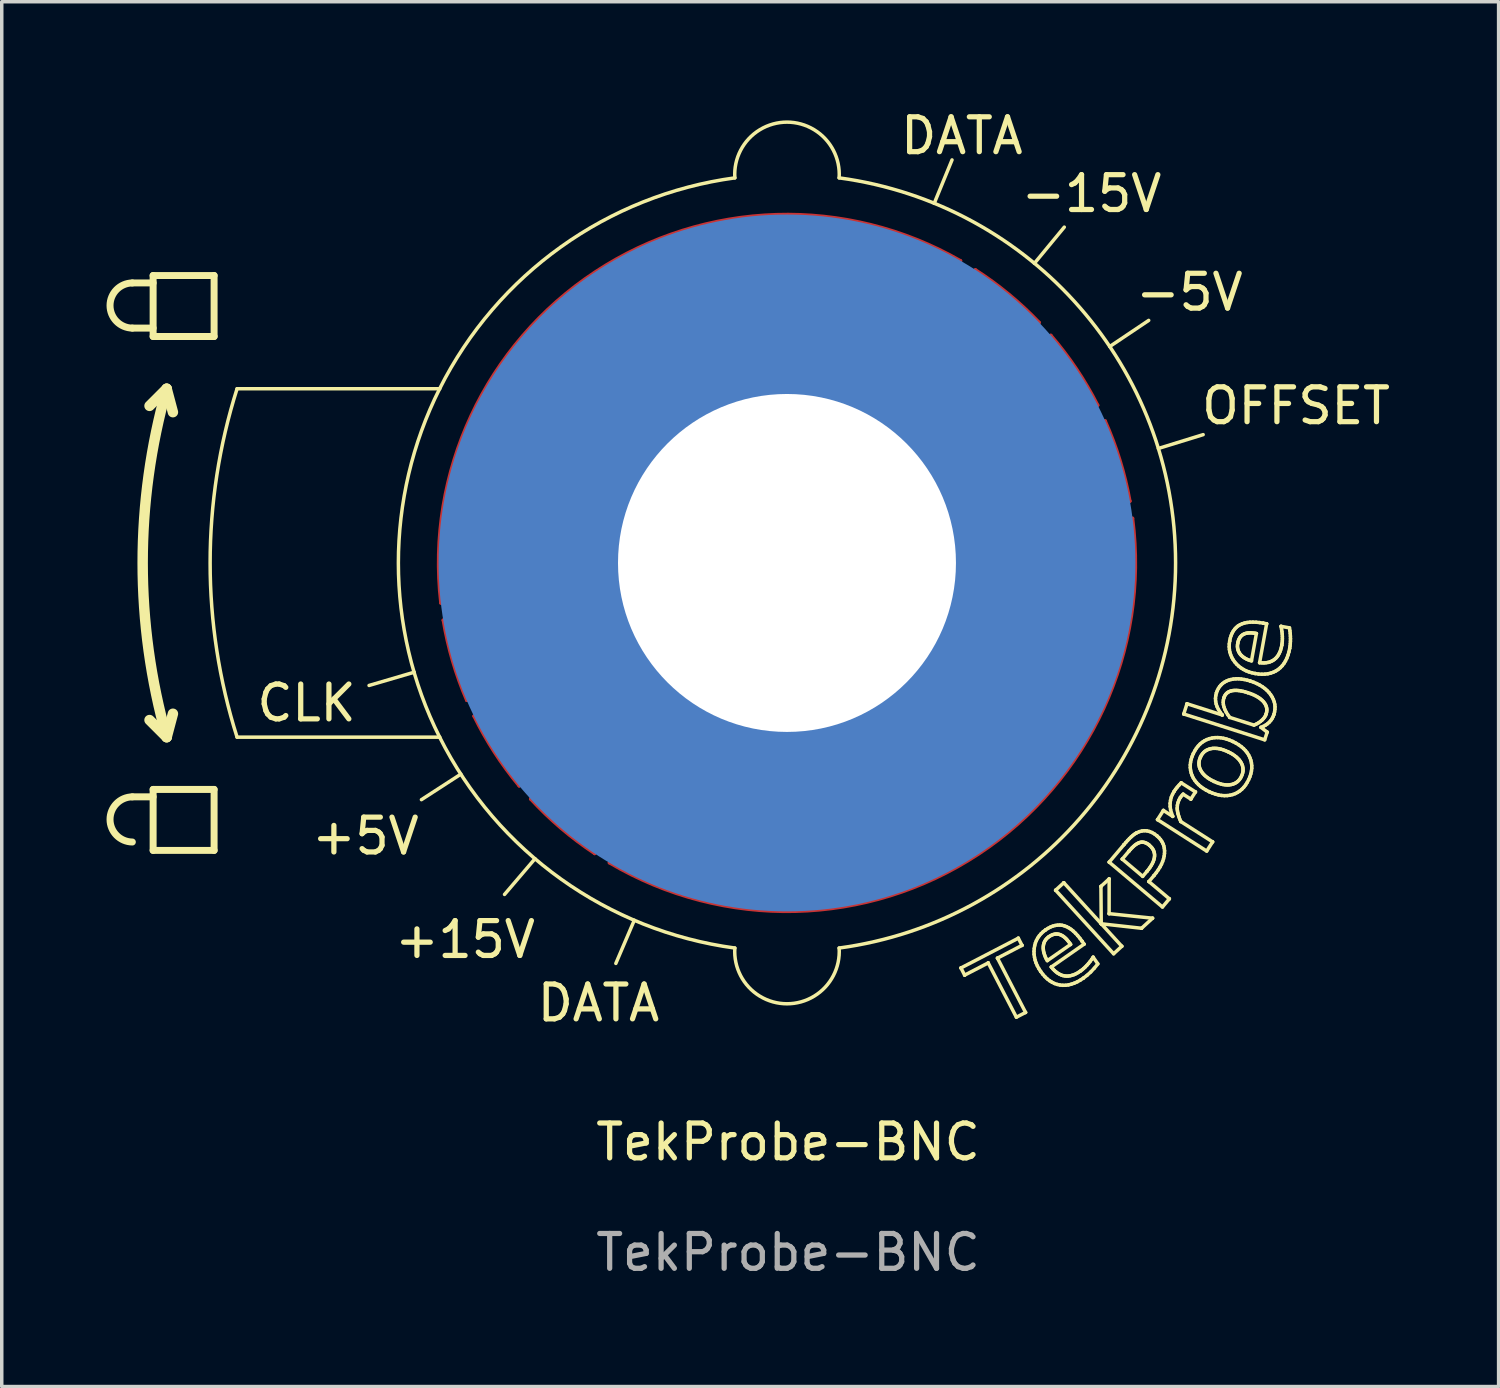
<source format=kicad_pcb>
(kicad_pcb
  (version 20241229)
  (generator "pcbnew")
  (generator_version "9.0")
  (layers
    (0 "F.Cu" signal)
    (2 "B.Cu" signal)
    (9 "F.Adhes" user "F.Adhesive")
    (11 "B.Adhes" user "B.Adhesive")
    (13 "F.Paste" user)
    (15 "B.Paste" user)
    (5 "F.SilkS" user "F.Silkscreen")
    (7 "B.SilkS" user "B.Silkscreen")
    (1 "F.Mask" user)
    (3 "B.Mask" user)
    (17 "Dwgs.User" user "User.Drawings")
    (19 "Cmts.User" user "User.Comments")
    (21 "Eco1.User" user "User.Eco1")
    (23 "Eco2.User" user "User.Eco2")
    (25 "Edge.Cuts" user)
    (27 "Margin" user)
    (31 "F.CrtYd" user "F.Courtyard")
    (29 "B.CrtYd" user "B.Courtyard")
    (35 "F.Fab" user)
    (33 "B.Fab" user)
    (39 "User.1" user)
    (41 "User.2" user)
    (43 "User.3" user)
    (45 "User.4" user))
  (footprint "TekProbe-BNC"
    (layer "F.Cu")
    (at 19.538 13.108)
    (property "Reference" "TekProbe-BNC" (at 0.03 16.62 0) (unlocked yes) (layer "F.SilkS") (effects (font (size 1 1) (thickness 0.15))))
    (attr smd exclude_from_bom)
    (fp_line (start -7.036 0.74) (end -9.934 1.148) (stroke (width 0.1) (type solid)) (layer "F.Cu"))
    (fp_line (start -6.966 1.235) (end -9.864 1.643) (stroke (width 0.1) (type solid)) (layer "F.Cu"))
    (fp_line (start -6.53 2.721) (end -9.19 3.941) (stroke (width 0.1) (type solid)) (layer "F.Cu"))
    (fp_line (start -6.322 3.175) (end -8.982 4.396) (stroke (width 0.1) (type solid)) (layer "F.Cu"))
    (fp_line (start -5.52 8.338) (end -3.966 5.858) (stroke (width 0.1) (type solid)) (layer "F.Cu"))
    (fp_line (start -5.484 4.47) (end -7.685 6.398) (stroke (width 0.1) (type solid)) (layer "F.Cu"))
    (fp_line (start -5.154 4.846) (end -7.356 6.774) (stroke (width 0.1) (type solid)) (layer "F.Cu"))
    (fp_line (start -5.096 8.604) (end -3.542 6.124) (stroke (width 0.1) (type solid)) (layer "F.Cu"))
    (fp_line (start 3.46 -6.171) (end 4.981 -8.672) (stroke (width 0.1) (type solid)) (layer "F.Cu"))
    (fp_line (start 5.069 -4.935) (end 7.237 -6.902) (stroke (width 0.1) (type solid)) (layer "F.Cu"))
    (fp_line (start 5.408 -8.412) (end 3.887 -5.911) (stroke (width 0.1) (type solid)) (layer "F.Cu"))
    (fp_line (start 6.49 -2.816) (end 9.132 -4.075) (stroke (width 0.1) (type solid)) (layer "F.Cu"))
    (fp_line (start 6.949 -1.327) (end 9.842 -1.774) (stroke (width 0.1) (type solid)) (layer "F.Cu"))
    (fp_line (start 7.026 -0.833) (end 9.918 -1.28) (stroke (width 0.1) (type solid)) (layer "F.Cu"))
    (fp_line (start 7.573 -6.531) (end 5.405 -4.565) (stroke (width 0.1) (type solid)) (layer "F.Cu"))
    (fp_line (start 8.917 -4.527) (end 6.275 -3.268) (stroke (width 0.1) (type solid)) (layer "F.Cu"))
    (fp_arc (start -9.933595 1.148274) (mid -5.499959 -8.353828) (end 4.98079 -8.671565) (stroke (width 0.1) (type solid)) (layer "F.Cu"))
    (fp_arc (start -9.190291 3.941214) (mid -9.596299 2.812596) (end -9.863777 1.643376) (stroke (width 0.1) (type solid)) (layer "F.Cu"))
    (fp_arc (start -7.685408 6.397605) (mid -8.39351 5.435432) (end -8.981798 4.395671) (stroke (width 0.1) (type solid)) (layer "F.Cu"))
    (fp_arc (start -7.035553 0.739597) (mid -3.890602 -5.909534) (end 3.460135 -6.170911) (stroke (width 0.1) (type solid)) (layer "F.Cu"))
    (fp_arc (start -6.530161 2.720817) (mid -6.788841 1.989744) (end -6.965735 1.234699) (stroke (width 0.1) (type solid)) (layer "F.Cu"))
    (fp_arc (start -5.519955 8.338201) (mid -6.485485 7.611733) (end -7.356015 6.773771) (stroke (width 0.1) (type solid)) (layer "F.Cu"))
    (fp_arc (start -5.483549 4.469528) (mid -5.937939 3.84528) (end -6.321668 3.175274) (stroke (width 0.1) (type solid)) (layer "F.Cu"))
    (fp_arc (start -3.965863 5.858188) (mid -4.588092 5.384899) (end -5.154156 4.845694) (stroke (width 0.1) (type solid)) (layer "F.Cu"))
    (fp_arc (start 3.887347 -5.911122) (mid 4.504628 -5.455242) (end 5.069063 -4.935362) (stroke (width 0.1) (type solid)) (layer "F.Cu"))
    (fp_arc (start 5.404988 -4.565019) (mid 5.876001 -3.940444) (end 6.275045 -3.267607) (stroke (width 0.1) (type solid)) (layer "F.Cu"))
    (fp_arc (start 5.408001 -8.411776) (mid 6.367281 -7.711052) (end 7.236845 -6.901675) (stroke (width 0.1) (type solid)) (layer "F.Cu"))
    (fp_arc (start 6.490162 -2.816248) (mid 6.760665 -2.084389) (end 6.949225 -1.327267) (stroke (width 0.1) (type solid)) (layer "F.Cu"))
    (fp_arc (start 7.025609 -0.833136) (mid 3.890027 5.908676) (end -3.542178 6.123689) (stroke (width 0.1) (type solid)) (layer "F.Cu"))
    (fp_arc (start 7.57277 -6.531331) (mid 8.305769 -5.56987) (end 8.917042 -4.526779) (stroke (width 0.1) (type solid)) (layer "F.Cu"))
    (fp_arc (start 9.132159 -4.07542) (mid 9.556234 -2.946283) (end 9.841587 -1.774376) (stroke (width 0.1) (type solid)) (layer "F.Cu"))
    (fp_arc (start 9.917971 -1.280244) (mid 5.498939 8.352698) (end -5.096269 8.603702) (stroke (width 0.1) (type solid)) (layer "F.Cu"))
    (fp_poly (pts (xy -6.81 1.94) (xy -6.53 2.721) (xy -9.19 3.941) (xy -9.596 2.8) (xy -9.864 1.66) (xy -6.966 1.235)) (stroke (width 0.01) (type solid)) (fill yes) (layer "F.Cu"))
    (fp_poly (pts (xy -5.93 3.845) (xy -5.484 4.47) (xy -7.685 6.398) (xy -8.394 5.435) (xy -8.982 4.396) (xy -6.322 3.175)) (stroke (width 0.01) (type solid)) (fill yes) (layer "F.Cu"))
    (fp_poly (pts (xy -4.61 5.37) (xy -3.966 5.85) (xy -5.52 8.338) (xy -6.59 7.54) (xy -7.356 6.774) (xy -5.154 4.846)) (stroke (width 0.01) (type solid)) (fill yes) (layer "F.Cu"))
    (fp_poly (pts (xy 6.43 -7.67) (xy 7.237 -6.902) (xy 5.069 -4.935) (xy 4.505 -5.455) (xy 3.887 -5.911) (xy 5.408 -8.412)) (stroke (width 0.01) (type solid)) (fill yes) (layer "F.Cu"))
    (fp_poly (pts (xy 8.29 -5.6) (xy 8.917 -4.527) (xy 6.275 -3.268) (xy 5.876 -3.94) (xy 5.405 -4.565) (xy 7.573 -6.531)) (stroke (width 0.01) (type solid)) (fill yes) (layer "F.Cu"))
    (fp_poly (pts (xy 9.54 -3.04) (xy 9.842 -1.774) (xy 6.97 -1.327) (xy 6.76 -2.09) (xy 6.49 -2.816) (xy 9.132 -4.075)) (stroke (width 0.01) (type solid)) (fill yes) (layer "F.Cu"))
    (fp_poly (pts (xy 9.96 -0.96) (xy 10 -0.12) (xy 9.99 0.66) (xy 9.91 1.43) (xy 9.78 2.14) (xy 9.55 2.99) (xy 9.18 4) (xy 8.73 4.89) (xy 8.26 5.67) (xy 7.66 6.45) (xy 6.82 7.33) (xy 6.2 7.85) (xy 5.46 8.4) (xy 4.81 8.78) (xy 3.93 9.21) (xy 3 9.54) (xy 1.95 9.82) (xy 0.78 9.97) (xy -0.45 9.99) (xy -1.72 9.87) (xy -2.97 9.55) (xy -3.99 9.19) (xy -5.096 8.604) (xy -3.542 6.124) (xy -2.72 6.52) (xy -1.84 6.82) (xy -0.69 7.04) (xy 0.51 7.05) (xy 1.6 6.88) (xy 2.9 6.47) (xy 4.06 5.79) (xy 4.95 5.06) (xy 5.67 4.21) (xy 6.23 3.33) (xy 6.67 2.41) (xy 6.99 1.09) (xy 7.07 0.11) (xy 7.026 -0.833) (xy 9.918 -1.28)) (stroke (width 0.01) (type solid)) (fill yes) (layer "F.Cu"))
    (fp_poly (pts (xy 0.46 -9.99) (xy 1.29 -9.92) (xy 2.09 -9.77) (xy 2.81 -9.59) (xy 3.73 -9.29) (xy 4.32 -9.02) (xy 4.981 -8.672) (xy 3.46 -6.171) (xy 2.72 -6.53) (xy 1.78 -6.86) (xy 0.54 -7.06) (xy -0.67 -7.04) (xy -1.4 -6.95) (xy -2.4 -6.67) (xy -3.27 -6.3) (xy -4.06 -5.82) (xy -4.61 -5.37) (xy -5.16 -4.84) (xy -5.68 -4.24) (xy -6.25 -3.36) (xy -6.65 -2.45) (xy -6.98 -1.3) (xy -7.08 -0.37) (xy -7.08 0.19) (xy -7.036 0.74) (xy -9.934 1.148) (xy -10.01 -0.12) (xy -9.94 -1.19) (xy -9.71 -2.47) (xy -9.34 -3.6) (xy -8.91 -4.59) (xy -8.21 -5.73) (xy -7.43 -6.74) (xy -6.68 -7.46) (xy -5.9 -8.07) (xy -5.1 -8.62) (xy -4.31 -9.04) (xy -3.39 -9.41) (xy -2.26 -9.75) (xy -1.32 -9.91) (xy -0.33 -10)) (stroke (width 0.01) (type solid)) (fill yes) (layer "F.Cu"))
    (fp_line (start -7.036 0.74) (end -9.934 1.148) (stroke (width 0.1) (type solid)) (layer "F.Mask"))
    (fp_line (start -6.966 1.235) (end -9.864 1.643) (stroke (width 0.1) (type solid)) (layer "F.Mask"))
    (fp_line (start -6.53 2.721) (end -9.19 3.941) (stroke (width 0.1) (type solid)) (layer "F.Mask"))
    (fp_line (start -6.322 3.175) (end -8.982 4.396) (stroke (width 0.1) (type solid)) (layer "F.Mask"))
    (fp_line (start -5.52 8.338) (end -3.966 5.858) (stroke (width 0.1) (type solid)) (layer "F.Mask"))
    (fp_line (start -5.484 4.47) (end -7.685 6.398) (stroke (width 0.1) (type solid)) (layer "F.Mask"))
    (fp_line (start -5.154 4.846) (end -7.356 6.774) (stroke (width 0.1) (type solid)) (layer "F.Mask"))
    (fp_line (start -5.096 8.604) (end -3.542 6.124) (stroke (width 0.1) (type solid)) (layer "F.Mask"))
    (fp_line (start 3.46 -6.171) (end 4.981 -8.672) (stroke (width 0.1) (type solid)) (layer "F.Mask"))
    (fp_line (start 5.069 -4.935) (end 7.237 -6.902) (stroke (width 0.1) (type solid)) (layer "F.Mask"))
    (fp_line (start 5.408 -8.412) (end 3.887 -5.911) (stroke (width 0.1) (type solid)) (layer "F.Mask"))
    (fp_line (start 6.49 -2.816) (end 9.132 -4.075) (stroke (width 0.1) (type solid)) (layer "F.Mask"))
    (fp_line (start 6.949 -1.327) (end 9.842 -1.774) (stroke (width 0.1) (type solid)) (layer "F.Mask"))
    (fp_line (start 7.026 -0.833) (end 9.918 -1.28) (stroke (width 0.1) (type solid)) (layer "F.Mask"))
    (fp_line (start 7.573 -6.531) (end 5.405 -4.565) (stroke (width 0.1) (type solid)) (layer "F.Mask"))
    (fp_line (start 8.917 -4.527) (end 6.275 -3.268) (stroke (width 0.1) (type solid)) (layer "F.Mask"))
    (fp_arc (start -9.933595 1.148274) (mid -5.499959 -8.353828) (end 4.98079 -8.671565) (stroke (width 0.1) (type solid)) (layer "F.Mask"))
    (fp_arc (start -9.190291 3.941214) (mid -9.596299 2.812596) (end -9.863777 1.643376) (stroke (width 0.1) (type solid)) (layer "F.Mask"))
    (fp_arc (start -7.685408 6.397605) (mid -8.39351 5.435432) (end -8.981798 4.395671) (stroke (width 0.1) (type solid)) (layer "F.Mask"))
    (fp_arc (start -7.035553 0.739597) (mid -3.890602 -5.909534) (end 3.460135 -6.170911) (stroke (width 0.1) (type solid)) (layer "F.Mask"))
    (fp_arc (start -6.530161 2.720817) (mid -6.788841 1.989744) (end -6.965735 1.234699) (stroke (width 0.1) (type solid)) (layer "F.Mask"))
    (fp_arc (start -5.519955 8.338201) (mid -6.485487 7.611736) (end -7.356015 6.773771) (stroke (width 0.1) (type solid)) (layer "F.Mask"))
    (fp_arc (start -5.483549 4.469528) (mid -5.937942 3.845282) (end -6.321668 3.175274) (stroke (width 0.1) (type solid)) (layer "F.Mask"))
    (fp_arc (start -3.965863 5.858188) (mid -4.58809 5.384898) (end -5.154156 4.845694) (stroke (width 0.1) (type solid)) (layer "F.Mask"))
    (fp_arc (start 3.887347 -5.911122) (mid 4.504624 -5.455238) (end 5.069063 -4.935362) (stroke (width 0.1) (type solid)) (layer "F.Mask"))
    (fp_arc (start 5.404988 -4.565019) (mid 5.876001 -3.940444) (end 6.275045 -3.267607) (stroke (width 0.1) (type solid)) (layer "F.Mask"))
    (fp_arc (start 5.408001 -8.411776) (mid 6.367281 -7.711052) (end 7.236845 -6.901675) (stroke (width 0.1) (type solid)) (layer "F.Mask"))
    (fp_arc (start 6.490162 -2.816248) (mid 6.760665 -2.084389) (end 6.949225 -1.327267) (stroke (width 0.1) (type solid)) (layer "F.Mask"))
    (fp_arc (start 7.025609 -0.833136) (mid 3.890027 5.908675) (end -3.542178 6.123689) (stroke (width 0.1) (type solid)) (layer "F.Mask"))
    (fp_arc (start 7.57277 -6.531331) (mid 8.305766 -5.569868) (end 8.917042 -4.526779) (stroke (width 0.1) (type solid)) (layer "F.Mask"))
    (fp_arc (start 9.132159 -4.07542) (mid 9.556235 -2.946283) (end 9.841587 -1.774376) (stroke (width 0.1) (type solid)) (layer "F.Mask"))
    (fp_arc (start 9.917971 -1.280244) (mid 5.498939 8.352698) (end -5.096269 8.603702) (stroke (width 0.1) (type solid)) (layer "F.Mask"))
    (fp_circle (center 0 0) (end 5.5 0) (stroke (width 0.12) (type solid)) (fill yes) (layer "F.Mask"))
    (fp_poly (pts (xy -6.81 1.94) (xy -6.53 2.721) (xy -9.19 3.941) (xy -9.596 2.8) (xy -9.864 1.66) (xy -6.966 1.235)) (stroke (width 0.01) (type solid)) (fill yes) (layer "F.Mask"))
    (fp_poly (pts (xy -5.93 3.845) (xy -5.484 4.47) (xy -7.685 6.398) (xy -8.394 5.435) (xy -8.982 4.396) (xy -6.322 3.175)) (stroke (width 0.01) (type solid)) (fill yes) (layer "F.Mask"))
    (fp_poly (pts (xy -4.61 5.37) (xy -3.966 5.85) (xy -5.52 8.338) (xy -6.59 7.54) (xy -7.356 6.774) (xy -5.154 4.846)) (stroke (width 0.01) (type solid)) (fill yes) (layer "F.Mask"))
    (fp_poly (pts (xy 6.43 -7.67) (xy 7.237 -6.902) (xy 5.069 -4.935) (xy 4.505 -5.455) (xy 3.887 -5.911) (xy 5.408 -8.412)) (stroke (width 0.01) (type solid)) (fill yes) (layer "F.Mask"))
    (fp_poly (pts (xy 8.29 -5.6) (xy 8.917 -4.527) (xy 6.275 -3.268) (xy 5.876 -3.94) (xy 5.405 -4.565) (xy 7.573 -6.531)) (stroke (width 0.01) (type solid)) (fill yes) (layer "F.Mask"))
    (fp_poly (pts (xy 9.54 -3.04) (xy 9.842 -1.774) (xy 6.97 -1.327) (xy 6.76 -2.09) (xy 6.49 -2.816) (xy 9.132 -4.075)) (stroke (width 0.01) (type solid)) (fill yes) (layer "F.Mask"))
    (fp_poly (pts (xy 9.96 -0.96) (xy 10 -0.12) (xy 9.99 0.66) (xy 9.91 1.43) (xy 9.78 2.14) (xy 9.55 2.99) (xy 9.18 4) (xy 8.73 4.89) (xy 8.26 5.67) (xy 7.66 6.45) (xy 6.82 7.33) (xy 6.2 7.85) (xy 5.46 8.4) (xy 4.81 8.78) (xy 3.93 9.21) (xy 3 9.54) (xy 1.95 9.82) (xy 0.78 9.97) (xy -0.45 9.99) (xy -1.72 9.87) (xy -2.97 9.55) (xy -3.99 9.19) (xy -5.096 8.604) (xy -3.542 6.124) (xy -2.72 6.52) (xy -1.84 6.82) (xy -0.69 7.04) (xy 0.51 7.05) (xy 1.6 6.88) (xy 2.9 6.47) (xy 4.06 5.79) (xy 4.95 5.06) (xy 5.67 4.21) (xy 6.23 3.33) (xy 6.67 2.41) (xy 6.99 1.09) (xy 7.07 0.11) (xy 7.026 -0.833) (xy 9.918 -1.28)) (stroke (width 0.01) (type solid)) (fill yes) (layer "F.Mask"))
    (fp_poly (pts (xy 0.46 -9.99) (xy 1.29 -9.92) (xy 2.09 -9.77) (xy 2.81 -9.59) (xy 3.73 -9.29) (xy 4.32 -9.02) (xy 4.981 -8.672) (xy 3.46 -6.171) (xy 2.72 -6.53) (xy 1.78 -6.86) (xy 0.54 -7.06) (xy -0.67 -7.04) (xy -1.4 -6.95) (xy -2.4 -6.67) (xy -3.27 -6.3) (xy -4.06 -5.82) (xy -4.61 -5.37) (xy -5.16 -4.84) (xy -5.68 -4.24) (xy -6.25 -3.36) (xy -6.65 -2.45) (xy -6.98 -1.3) (xy -7.08 -0.37) (xy -7.08 0.19) (xy -7.036 0.74) (xy -9.934 1.148) (xy -10.01 -0.12) (xy -9.94 -1.19) (xy -9.71 -2.47) (xy -9.34 -3.6) (xy -8.91 -4.59) (xy -8.21 -5.73) (xy -7.43 -6.74) (xy -6.68 -7.46) (xy -5.9 -8.07) (xy -5.1 -8.62) (xy -4.31 -9.04) (xy -3.39 -9.41) (xy -2.26 -9.75) (xy -1.32 -9.91) (xy -0.33 -10)) (stroke (width 0.01) (type solid)) (fill yes) (layer "F.Mask"))
    (fp_line (start -18.296 -4.509) (end -17.804 -5) (stroke (width 0.3) (type solid)) (layer "F.SilkS"))
    (fp_line (start -18.296 4.509) (end -17.804 5) (stroke (width 0.3) (type solid)) (layer "F.SilkS"))
    (fp_line (start -18.193 -8.25) (end -16.443 -8.25) (stroke (width 0.2) (type solid)) (layer "F.SilkS"))
    (fp_line (start -18.193 -8.037) (end -18.79 -8.037) (stroke (width 0.2) (type solid)) (layer "F.SilkS"))
    (fp_line (start -18.193 -6.741) (end -18.79 -6.741) (stroke (width 0.2) (type solid)) (layer "F.SilkS"))
    (fp_line (start -18.193 -6.5) (end -18.193 -8.25) (stroke (width 0.2) (type solid)) (layer "F.SilkS"))
    (fp_line (start -18.193 -6.5) (end -16.443 -6.5) (stroke (width 0.2) (type solid)) (layer "F.SilkS"))
    (fp_line (start -18.193 6.5) (end -16.443 6.5) (stroke (width 0.2) (type solid)) (layer "F.SilkS"))
    (fp_line (start -18.193 6.713) (end -18.79 6.713) (stroke (width 0.2) (type solid)) (layer "F.SilkS"))
    (fp_line (start -18.193 8.25) (end -18.193 6.5) (stroke (width 0.2) (type solid)) (layer "F.SilkS"))
    (fp_line (start -18.193 8.25) (end -16.443 8.25) (stroke (width 0.2) (type solid)) (layer "F.SilkS"))
    (fp_line (start -17.804 -5) (end -17.625 -4.328) (stroke (width 0.3) (type solid)) (layer "F.SilkS"))
    (fp_line (start -17.804 5) (end -17.625 4.328) (stroke (width 0.3) (type solid)) (layer "F.SilkS"))
    (fp_line (start -16.443 -6.5) (end -16.443 -8.25) (stroke (width 0.2) (type solid)) (layer "F.SilkS"))
    (fp_line (start -16.443 8.25) (end -16.443 6.5) (stroke (width 0.2) (type solid)) (layer "F.SilkS"))
    (fp_line (start -15.784 -5) (end -9.97 -5) (stroke (width 0.1) (type solid)) (layer "F.SilkS"))
    (fp_line (start -11.995 3.516) (end -10.7 3.136) (stroke (width 0.1) (type solid)) (layer "F.SilkS"))
    (fp_line (start -10.492 6.794) (end -9.362 6.062) (stroke (width 0.1) (type solid)) (layer "F.SilkS"))
    (fp_line (start -9.97 5) (end -15.784 5) (stroke (width 0.1) (type solid)) (layer "F.SilkS"))
    (fp_line (start -8.107 9.514) (end -7.233 8.49) (stroke (width 0.1) (type solid)) (layer "F.SilkS"))
    (fp_line (start -4.912 11.494) (end -4.383 10.256) (stroke (width 0.1) (type solid)) (layer "F.SilkS"))
    (fp_line (start -1 -0.000106) (end 1 -0.000106) (stroke (width 0.01) (type solid)) (layer "F.SilkS"))
    (fp_line (start -1 -0.000106) (end 1 -0.000106) (stroke (width 0.01) (type solid)) (layer "F.SilkS"))
    (fp_line (start 0.000247 -0.000106) (end 0.000247 -1) (stroke (width 0.01) (type solid)) (layer "F.SilkS"))
    (fp_line (start 0.000247 -0.000106) (end 0.000247 -1) (stroke (width 0.01) (type solid)) (layer "F.SilkS"))
    (fp_line (start 0.000247 -0.000106) (end 0.000247 1) (stroke (width 0.01) (type solid)) (layer "F.SilkS"))
    (fp_line (start 0.000247 -0.000106) (end 0.000247 1) (stroke (width 0.01) (type solid)) (layer "F.SilkS"))
    (fp_line (start 4.737 -11.568) (end 4.226 -10.322) (stroke (width 0.1) (type solid)) (layer "F.SilkS"))
    (fp_line (start 4.993 11.624) (end 4.993 11.624) (stroke (width 0.1) (type solid)) (layer "F.SilkS"))
    (fp_line (start 4.993 11.624) (end 6.64 10.77) (stroke (width 0.1) (type solid)) (layer "F.SilkS"))
    (fp_line (start 5.099 11.83) (end 4.993 11.624) (stroke (width 0.1) (type solid)) (layer "F.SilkS"))
    (fp_line (start 5.099 11.83) (end 5.099 11.83) (stroke (width 0.1) (type solid)) (layer "F.SilkS"))
    (fp_line (start 5.776 11.479) (end 5.099 11.83) (stroke (width 0.1) (type solid)) (layer "F.SilkS"))
    (fp_line (start 5.776 11.479) (end 5.776 11.479) (stroke (width 0.1) (type solid)) (layer "F.SilkS"))
    (fp_line (start 6.041 11.342) (end 6.041 11.342) (stroke (width 0.1) (type solid)) (layer "F.SilkS"))
    (fp_line (start 6.041 11.342) (end 6.848 12.901) (stroke (width 0.1) (type solid)) (layer "F.SilkS"))
    (fp_line (start 6.584 13.038) (end 5.776 11.479) (stroke (width 0.1) (type solid)) (layer "F.SilkS"))
    (fp_line (start 6.64 10.77) (end 6.64 10.77) (stroke (width 0.1) (type solid)) (layer "F.SilkS"))
    (fp_line (start 6.64 10.77) (end 6.746 10.976) (stroke (width 0.1) (type solid)) (layer "F.SilkS"))
    (fp_line (start 6.746 10.976) (end 6.041 11.342) (stroke (width 0.1) (type solid)) (layer "F.SilkS"))
    (fp_line (start 6.746 10.976) (end 6.746 10.976) (stroke (width 0.1) (type solid)) (layer "F.SilkS"))
    (fp_line (start 6.848 12.901) (end 6.584 13.038) (stroke (width 0.1) (type solid)) (layer "F.SilkS"))
    (fp_line (start 6.848 12.901) (end 6.848 12.901) (stroke (width 0.1) (type solid)) (layer "F.SilkS"))
    (fp_line (start 7.09 11.15) (end 7.096 11.067) (stroke (width 0.1) (type solid)) (layer "F.SilkS"))
    (fp_line (start 7.092 11.234) (end 7.09 11.15) (stroke (width 0.1) (type solid)) (layer "F.SilkS"))
    (fp_line (start 7.096 11.067) (end 7.109 10.985) (stroke (width 0.1) (type solid)) (layer "F.SilkS"))
    (fp_line (start 7.104 11.316) (end 7.092 11.234) (stroke (width 0.1) (type solid)) (layer "F.SilkS"))
    (fp_line (start 7.109 10.985) (end 7.13 10.908) (stroke (width 0.1) (type solid)) (layer "F.SilkS"))
    (fp_line (start 7.122 11.398) (end 7.104 11.316) (stroke (width 0.1) (type solid)) (layer "F.SilkS"))
    (fp_line (start 7.13 10.908) (end 7.159 10.835) (stroke (width 0.1) (type solid)) (layer "F.SilkS"))
    (fp_line (start 7.149 11.48) (end 7.122 11.398) (stroke (width 0.1) (type solid)) (layer "F.SilkS"))
    (fp_line (start 7.159 10.835) (end 7.195 10.766) (stroke (width 0.1) (type solid)) (layer "F.SilkS"))
    (fp_line (start 7.185 11.562) (end 7.149 11.48) (stroke (width 0.1) (type solid)) (layer "F.SilkS"))
    (fp_line (start 7.195 10.766) (end 7.24 10.702) (stroke (width 0.1) (type solid)) (layer "F.SilkS"))
    (fp_line (start 7.229 11.643) (end 7.185 11.562) (stroke (width 0.1) (type solid)) (layer "F.SilkS"))
    (fp_line (start 7.24 10.702) (end 7.291 10.642) (stroke (width 0.1) (type solid)) (layer "F.SilkS"))
    (fp_line (start 7.28 11.723) (end 7.229 11.643) (stroke (width 0.1) (type solid)) (layer "F.SilkS"))
    (fp_line (start 7.28 11.723) (end 7.28 11.723) (stroke (width 0.1) (type solid)) (layer "F.SilkS"))
    (fp_line (start 7.291 10.642) (end 7.35 10.586) (stroke (width 0.1) (type solid)) (layer "F.SilkS"))
    (fp_line (start 7.341 11.804) (end 7.28 11.723) (stroke (width 0.1) (type solid)) (layer "F.SilkS"))
    (fp_line (start 7.35 10.586) (end 7.417 10.535) (stroke (width 0.1) (type solid)) (layer "F.SilkS"))
    (fp_line (start 7.355 11.059) (end 7.359 11.106) (stroke (width 0.1) (type solid)) (layer "F.SilkS"))
    (fp_line (start 7.356 11.013) (end 7.355 11.059) (stroke (width 0.1) (type solid)) (layer "F.SilkS"))
    (fp_line (start 7.359 11.106) (end 7.366 11.155) (stroke (width 0.1) (type solid)) (layer "F.SilkS"))
    (fp_line (start 7.361 10.969) (end 7.356 11.013) (stroke (width 0.1) (type solid)) (layer "F.SilkS"))
    (fp_line (start 7.366 11.155) (end 7.379 11.204) (stroke (width 0.1) (type solid)) (layer "F.SilkS"))
    (fp_line (start 7.371 10.927) (end 7.361 10.969) (stroke (width 0.1) (type solid)) (layer "F.SilkS"))
    (fp_line (start 7.379 11.204) (end 7.395 11.255) (stroke (width 0.1) (type solid)) (layer "F.SilkS"))
    (fp_line (start 7.385 10.887) (end 7.371 10.927) (stroke (width 0.1) (type solid)) (layer "F.SilkS"))
    (fp_line (start 7.395 11.255) (end 7.416 11.307) (stroke (width 0.1) (type solid)) (layer "F.SilkS"))
    (fp_line (start 7.403 10.85) (end 7.385 10.887) (stroke (width 0.1) (type solid)) (layer "F.SilkS"))
    (fp_line (start 7.404 11.875) (end 7.341 11.804) (stroke (width 0.1) (type solid)) (layer "F.SilkS"))
    (fp_line (start 7.416 11.307) (end 7.441 11.361) (stroke (width 0.1) (type solid)) (layer "F.SilkS"))
    (fp_line (start 7.417 10.535) (end 7.417 10.535) (stroke (width 0.1) (type solid)) (layer "F.SilkS"))
    (fp_line (start 7.417 10.535) (end 7.488 10.489) (stroke (width 0.1) (type solid)) (layer "F.SilkS"))
    (fp_line (start 7.426 10.815) (end 7.403 10.85) (stroke (width 0.1) (type solid)) (layer "F.SilkS"))
    (fp_line (start 7.441 11.361) (end 7.471 11.415) (stroke (width 0.1) (type solid)) (layer "F.SilkS"))
    (fp_line (start 7.453 10.783) (end 7.426 10.815) (stroke (width 0.1) (type solid)) (layer "F.SilkS"))
    (fp_line (start 7.47 11.938) (end 7.404 11.875) (stroke (width 0.1) (type solid)) (layer "F.SilkS"))
    (fp_line (start 7.471 11.415) (end 8.14 10.949) (stroke (width 0.1) (type solid)) (layer "F.SilkS"))
    (fp_line (start 7.484 10.753) (end 7.453 10.783) (stroke (width 0.1) (type solid)) (layer "F.SilkS"))
    (fp_line (start 7.488 10.489) (end 7.558 10.452) (stroke (width 0.1) (type solid)) (layer "F.SilkS"))
    (fp_line (start 7.519 10.726) (end 7.484 10.753) (stroke (width 0.1) (type solid)) (layer "F.SilkS"))
    (fp_line (start 7.519 10.726) (end 7.519 10.726) (stroke (width 0.1) (type solid)) (layer "F.SilkS"))
    (fp_line (start 7.538 11.991) (end 7.47 11.938) (stroke (width 0.1) (type solid)) (layer "F.SilkS"))
    (fp_line (start 7.558 10.452) (end 7.627 10.424) (stroke (width 0.1) (type solid)) (layer "F.SilkS"))
    (fp_line (start 7.558 10.701) (end 7.519 10.726) (stroke (width 0.1) (type solid)) (layer "F.SilkS"))
    (fp_line (start 7.586 11.597) (end 7.586 11.597) (stroke (width 0.1) (type solid)) (layer "F.SilkS"))
    (fp_line (start 7.586 11.597) (end 7.631 11.65) (stroke (width 0.1) (type solid)) (layer "F.SilkS"))
    (fp_line (start 7.597 10.681) (end 7.558 10.701) (stroke (width 0.1) (type solid)) (layer "F.SilkS"))
    (fp_line (start 7.608 12.035) (end 7.538 11.991) (stroke (width 0.1) (type solid)) (layer "F.SilkS"))
    (fp_line (start 7.627 10.424) (end 7.696 10.405) (stroke (width 0.1) (type solid)) (layer "F.SilkS"))
    (fp_line (start 7.631 11.65) (end 7.677 11.698) (stroke (width 0.1) (type solid)) (layer "F.SilkS"))
    (fp_line (start 7.636 10.666) (end 7.597 10.681) (stroke (width 0.1) (type solid)) (layer "F.SilkS"))
    (fp_line (start 7.674 10.656) (end 7.636 10.666) (stroke (width 0.1) (type solid)) (layer "F.SilkS"))
    (fp_line (start 7.677 11.698) (end 7.724 11.739) (stroke (width 0.1) (type solid)) (layer "F.SilkS"))
    (fp_line (start 7.681 12.071) (end 7.608 12.035) (stroke (width 0.1) (type solid)) (layer "F.SilkS"))
    (fp_line (start 7.696 10.405) (end 7.763 10.395) (stroke (width 0.1) (type solid)) (layer "F.SilkS"))
    (fp_line (start 7.71 9.393) (end 7.71 9.393) (stroke (width 0.1) (type solid)) (layer "F.SilkS"))
    (fp_line (start 7.71 9.393) (end 7.945 9.178) (stroke (width 0.1) (type solid)) (layer "F.SilkS"))
    (fp_line (start 7.712 10.65) (end 7.674 10.656) (stroke (width 0.1) (type solid)) (layer "F.SilkS"))
    (fp_line (start 7.724 11.739) (end 7.771 11.774) (stroke (width 0.1) (type solid)) (layer "F.SilkS"))
    (fp_line (start 7.749 10.65) (end 7.712 10.65) (stroke (width 0.1) (type solid)) (layer "F.SilkS"))
    (fp_line (start 7.757 12.097) (end 7.681 12.071) (stroke (width 0.1) (type solid)) (layer "F.SilkS"))
    (fp_line (start 7.763 10.395) (end 7.83 10.392) (stroke (width 0.1) (type solid)) (layer "F.SilkS"))
    (fp_line (start 7.771 11.774) (end 7.82 11.803) (stroke (width 0.1) (type solid)) (layer "F.SilkS"))
    (fp_line (start 7.787 10.654) (end 7.749 10.65) (stroke (width 0.1) (type solid)) (layer "F.SilkS"))
    (fp_line (start 7.82 11.803) (end 7.87 11.826) (stroke (width 0.1) (type solid)) (layer "F.SilkS"))
    (fp_line (start 7.824 10.663) (end 7.787 10.654) (stroke (width 0.1) (type solid)) (layer "F.SilkS"))
    (fp_line (start 7.83 10.392) (end 7.895 10.399) (stroke (width 0.1) (type solid)) (layer "F.SilkS"))
    (fp_line (start 7.835 12.114) (end 7.757 12.097) (stroke (width 0.1) (type solid)) (layer "F.SilkS"))
    (fp_line (start 7.861 10.677) (end 7.824 10.663) (stroke (width 0.1) (type solid)) (layer "F.SilkS"))
    (fp_line (start 7.87 11.826) (end 7.92 11.843) (stroke (width 0.1) (type solid)) (layer "F.SilkS"))
    (fp_line (start 7.895 10.399) (end 7.96 10.415) (stroke (width 0.1) (type solid)) (layer "F.SilkS"))
    (fp_line (start 7.898 10.696) (end 7.861 10.677) (stroke (width 0.1) (type solid)) (layer "F.SilkS"))
    (fp_line (start 7.915 12.122) (end 7.835 12.114) (stroke (width 0.1) (type solid)) (layer "F.SilkS"))
    (fp_line (start 7.92 11.843) (end 7.972 11.853) (stroke (width 0.1) (type solid)) (layer "F.SilkS"))
    (fp_line (start 7.934 10.719) (end 7.898 10.696) (stroke (width 0.1) (type solid)) (layer "F.SilkS"))
    (fp_line (start 7.945 9.178) (end 7.945 9.178) (stroke (width 0.1) (type solid)) (layer "F.SilkS"))
    (fp_line (start 7.945 9.178) (end 9.02 10.356) (stroke (width 0.1) (type solid)) (layer "F.SilkS"))
    (fp_line (start 7.959 -9.639) (end 7.102 -8.601) (stroke (width 0.1) (type solid)) (layer "F.SilkS"))
    (fp_line (start 7.96 10.415) (end 8.024 10.439) (stroke (width 0.1) (type solid)) (layer "F.SilkS"))
    (fp_line (start 7.971 10.748) (end 7.934 10.719) (stroke (width 0.1) (type solid)) (layer "F.SilkS"))
    (fp_line (start 7.972 11.853) (end 8.024 11.858) (stroke (width 0.1) (type solid)) (layer "F.SilkS"))
    (fp_line (start 7.996 12.121) (end 7.915 12.122) (stroke (width 0.1) (type solid)) (layer "F.SilkS"))
    (fp_line (start 8.007 10.781) (end 7.971 10.748) (stroke (width 0.1) (type solid)) (layer "F.SilkS"))
    (fp_line (start 8.024 10.439) (end 8.087 10.472) (stroke (width 0.1) (type solid)) (layer "F.SilkS"))
    (fp_line (start 8.024 11.858) (end 8.077 11.856) (stroke (width 0.1) (type solid)) (layer "F.SilkS"))
    (fp_line (start 8.042 10.82) (end 8.007 10.781) (stroke (width 0.1) (type solid)) (layer "F.SilkS"))
    (fp_line (start 8.077 11.856) (end 8.132 11.848) (stroke (width 0.1) (type solid)) (layer "F.SilkS"))
    (fp_line (start 8.078 10.863) (end 8.042 10.82) (stroke (width 0.1) (type solid)) (layer "F.SilkS"))
    (fp_line (start 8.078 12.111) (end 7.996 12.121) (stroke (width 0.1) (type solid)) (layer "F.SilkS"))
    (fp_line (start 8.087 10.472) (end 8.152 10.514) (stroke (width 0.1) (type solid)) (layer "F.SilkS"))
    (fp_line (start 8.113 10.911) (end 8.078 10.863) (stroke (width 0.1) (type solid)) (layer "F.SilkS"))
    (fp_line (start 8.113 10.911) (end 8.113 10.911) (stroke (width 0.1) (type solid)) (layer "F.SilkS"))
    (fp_line (start 8.132 11.848) (end 8.186 11.834) (stroke (width 0.1) (type solid)) (layer "F.SilkS"))
    (fp_line (start 8.14 10.949) (end 8.113 10.911) (stroke (width 0.1) (type solid)) (layer "F.SilkS"))
    (fp_line (start 8.14 10.949) (end 8.14 10.949) (stroke (width 0.1) (type solid)) (layer "F.SilkS"))
    (fp_line (start 8.152 10.514) (end 8.216 10.565) (stroke (width 0.1) (type solid)) (layer "F.SilkS"))
    (fp_line (start 8.161 12.09) (end 8.078 12.111) (stroke (width 0.1) (type solid)) (layer "F.SilkS"))
    (fp_line (start 8.186 11.834) (end 8.242 11.815) (stroke (width 0.1) (type solid)) (layer "F.SilkS"))
    (fp_line (start 8.216 10.565) (end 8.28 10.626) (stroke (width 0.1) (type solid)) (layer "F.SilkS"))
    (fp_line (start 8.242 11.815) (end 8.299 11.788) (stroke (width 0.1) (type solid)) (layer "F.SilkS"))
    (fp_line (start 8.246 12.061) (end 8.161 12.09) (stroke (width 0.1) (type solid)) (layer "F.SilkS"))
    (fp_line (start 8.28 10.626) (end 8.343 10.695) (stroke (width 0.1) (type solid)) (layer "F.SilkS"))
    (fp_line (start 8.299 11.788) (end 8.357 11.756) (stroke (width 0.1) (type solid)) (layer "F.SilkS"))
    (fp_line (start 8.331 12.023) (end 8.246 12.061) (stroke (width 0.1) (type solid)) (layer "F.SilkS"))
    (fp_line (start 8.343 10.695) (end 8.407 10.773) (stroke (width 0.1) (type solid)) (layer "F.SilkS"))
    (fp_line (start 8.357 11.756) (end 8.416 11.718) (stroke (width 0.1) (type solid)) (layer "F.SilkS"))
    (fp_line (start 8.407 10.773) (end 8.471 10.86) (stroke (width 0.1) (type solid)) (layer "F.SilkS"))
    (fp_line (start 8.416 11.718) (end 8.416 11.718) (stroke (width 0.1) (type solid)) (layer "F.SilkS"))
    (fp_line (start 8.416 11.718) (end 8.466 11.681) (stroke (width 0.1) (type solid)) (layer "F.SilkS"))
    (fp_line (start 8.417 11.975) (end 8.331 12.023) (stroke (width 0.1) (type solid)) (layer "F.SilkS"))
    (fp_line (start 8.466 11.681) (end 8.514 11.64) (stroke (width 0.1) (type solid)) (layer "F.SilkS"))
    (fp_line (start 8.471 10.86) (end 8.471 10.86) (stroke (width 0.1) (type solid)) (layer "F.SilkS"))
    (fp_line (start 8.471 10.86) (end 8.527 10.941) (stroke (width 0.1) (type solid)) (layer "F.SilkS"))
    (fp_line (start 8.505 11.918) (end 8.417 11.975) (stroke (width 0.1) (type solid)) (layer "F.SilkS"))
    (fp_line (start 8.505 11.918) (end 8.505 11.918) (stroke (width 0.1) (type solid)) (layer "F.SilkS"))
    (fp_line (start 8.514 11.64) (end 8.562 11.596) (stroke (width 0.1) (type solid)) (layer "F.SilkS"))
    (fp_line (start 8.527 10.941) (end 7.586 11.597) (stroke (width 0.1) (type solid)) (layer "F.SilkS"))
    (fp_line (start 8.527 10.941) (end 8.527 10.941) (stroke (width 0.1) (type solid)) (layer "F.SilkS"))
    (fp_line (start 8.562 11.596) (end 8.609 11.547) (stroke (width 0.1) (type solid)) (layer "F.SilkS"))
    (fp_line (start 8.609 11.547) (end 8.655 11.495) (stroke (width 0.1) (type solid)) (layer "F.SilkS"))
    (fp_line (start 8.612 11.836) (end 8.505 11.918) (stroke (width 0.1) (type solid)) (layer "F.SilkS"))
    (fp_line (start 8.655 11.495) (end 8.7 11.439) (stroke (width 0.1) (type solid)) (layer "F.SilkS"))
    (fp_line (start 8.7 11.439) (end 8.745 11.378) (stroke (width 0.1) (type solid)) (layer "F.SilkS"))
    (fp_line (start 8.717 11.741) (end 8.612 11.836) (stroke (width 0.1) (type solid)) (layer "F.SilkS"))
    (fp_line (start 8.745 11.378) (end 8.788 11.315) (stroke (width 0.1) (type solid)) (layer "F.SilkS"))
    (fp_line (start 8.788 11.315) (end 8.788 11.315) (stroke (width 0.1) (type solid)) (layer "F.SilkS"))
    (fp_line (start 8.788 11.315) (end 8.922 11.507) (stroke (width 0.1) (type solid)) (layer "F.SilkS"))
    (fp_line (start 8.821 11.631) (end 8.717 11.741) (stroke (width 0.1) (type solid)) (layer "F.SilkS"))
    (fp_line (start 8.922 11.507) (end 8.821 11.631) (stroke (width 0.1) (type solid)) (layer "F.SilkS"))
    (fp_line (start 9.011 9.284) (end 9.011 9.284) (stroke (width 0.1) (type solid)) (layer "F.SilkS"))
    (fp_line (start 9.011 9.284) (end 9.247 9.068) (stroke (width 0.1) (type solid)) (layer "F.SilkS"))
    (fp_line (start 9.02 10.356) (end 9.011 9.284) (stroke (width 0.1) (type solid)) (layer "F.SilkS"))
    (fp_line (start 9.02 10.356) (end 9.02 10.356) (stroke (width 0.1) (type solid)) (layer "F.SilkS"))
    (fp_line (start 9.02 10.356) (end 9.02 10.356) (stroke (width 0.1) (type solid)) (layer "F.SilkS"))
    (fp_line (start 9.02 10.356) (end 9.61 11.002) (stroke (width 0.1) (type solid)) (layer "F.SilkS"))
    (fp_line (start 9.246 10.066) (end 9.246 10.066) (stroke (width 0.1) (type solid)) (layer "F.SilkS"))
    (fp_line (start 9.246 10.066) (end 10.493 10.196) (stroke (width 0.1) (type solid)) (layer "F.SilkS"))
    (fp_line (start 9.247 9.068) (end 9.246 10.066) (stroke (width 0.1) (type solid)) (layer "F.SilkS"))
    (fp_line (start 9.247 9.068) (end 9.247 9.068) (stroke (width 0.1) (type solid)) (layer "F.SilkS"))
    (fp_line (start 9.248 8.587) (end 9.248 8.587) (stroke (width 0.1) (type solid)) (layer "F.SilkS"))
    (fp_line (start 9.248 8.587) (end 9.671 8.086) (stroke (width 0.1) (type solid)) (layer "F.SilkS"))
    (fp_line (start 9.375 11.217) (end 7.71 9.393) (stroke (width 0.1) (type solid)) (layer "F.SilkS"))
    (fp_line (start 9.61 11.002) (end 9.375 11.217) (stroke (width 0.1) (type solid)) (layer "F.SilkS"))
    (fp_line (start 9.61 11.002) (end 9.61 11.002) (stroke (width 0.1) (type solid)) (layer "F.SilkS"))
    (fp_line (start 9.622 8.5) (end 9.622 8.5) (stroke (width 0.1) (type solid)) (layer "F.SilkS"))
    (fp_line (start 9.622 8.5) (end 10.21 8.996) (stroke (width 0.1) (type solid)) (layer "F.SilkS"))
    (fp_line (start 9.671 8.086) (end 9.671 8.086) (stroke (width 0.1) (type solid)) (layer "F.SilkS"))
    (fp_line (start 9.671 8.086) (end 9.726 8.022) (stroke (width 0.1) (type solid)) (layer "F.SilkS"))
    (fp_line (start 9.726 8.022) (end 9.778 7.964) (stroke (width 0.1) (type solid)) (layer "F.SilkS"))
    (fp_line (start 9.778 7.964) (end 9.828 7.912) (stroke (width 0.1) (type solid)) (layer "F.SilkS"))
    (fp_line (start 9.818 8.269) (end 9.622 8.5) (stroke (width 0.1) (type solid)) (layer "F.SilkS"))
    (fp_line (start 9.818 8.269) (end 9.818 8.269) (stroke (width 0.1) (type solid)) (layer "F.SilkS"))
    (fp_line (start 9.828 7.912) (end 9.875 7.866) (stroke (width 0.1) (type solid)) (layer "F.SilkS"))
    (fp_line (start 9.861 8.22) (end 9.818 8.269) (stroke (width 0.1) (type solid)) (layer "F.SilkS"))
    (fp_line (start 9.875 7.866) (end 9.921 7.826) (stroke (width 0.1) (type solid)) (layer "F.SilkS"))
    (fp_line (start 9.903 8.176) (end 9.861 8.22) (stroke (width 0.1) (type solid)) (layer "F.SilkS"))
    (fp_line (start 9.921 7.826) (end 9.963 7.792) (stroke (width 0.1) (type solid)) (layer "F.SilkS"))
    (fp_line (start 9.943 8.137) (end 9.903 8.176) (stroke (width 0.1) (type solid)) (layer "F.SilkS"))
    (fp_line (start 9.963 7.792) (end 10.003 7.765) (stroke (width 0.1) (type solid)) (layer "F.SilkS"))
    (fp_line (start 9.983 8.103) (end 9.943 8.137) (stroke (width 0.1) (type solid)) (layer "F.SilkS"))
    (fp_line (start 10.003 7.765) (end 10.04 7.743) (stroke (width 0.1) (type solid)) (layer "F.SilkS"))
    (fp_line (start 10.021 8.075) (end 9.983 8.103) (stroke (width 0.1) (type solid)) (layer "F.SilkS"))
    (fp_line (start 10.04 7.743) (end 10.04 7.743) (stroke (width 0.1) (type solid)) (layer "F.SilkS"))
    (fp_line (start 10.04 7.743) (end 10.114 7.712) (stroke (width 0.1) (type solid)) (layer "F.SilkS"))
    (fp_line (start 10.058 8.052) (end 10.021 8.075) (stroke (width 0.1) (type solid)) (layer "F.SilkS"))
    (fp_line (start 10.093 8.035) (end 10.058 8.052) (stroke (width 0.1) (type solid)) (layer "F.SilkS"))
    (fp_line (start 10.114 7.712) (end 10.187 7.693) (stroke (width 0.1) (type solid)) (layer "F.SilkS"))
    (fp_line (start 10.128 8.023) (end 10.093 8.035) (stroke (width 0.1) (type solid)) (layer "F.SilkS"))
    (fp_line (start 10.161 8.015) (end 10.128 8.023) (stroke (width 0.1) (type solid)) (layer "F.SilkS"))
    (fp_line (start 10.177 10.485) (end 9.02 10.356) (stroke (width 0.1) (type solid)) (layer "F.SilkS"))
    (fp_line (start 10.177 10.485) (end 10.177 10.485) (stroke (width 0.1) (type solid)) (layer "F.SilkS"))
    (fp_line (start 10.187 7.693) (end 10.26 7.685) (stroke (width 0.1) (type solid)) (layer "F.SilkS"))
    (fp_line (start 10.195 8.013) (end 10.161 8.015) (stroke (width 0.1) (type solid)) (layer "F.SilkS"))
    (fp_line (start 10.21 8.996) (end 10.333 8.851) (stroke (width 0.1) (type solid)) (layer "F.SilkS"))
    (fp_line (start 10.229 8.016) (end 10.195 8.013) (stroke (width 0.1) (type solid)) (layer "F.SilkS"))
    (fp_line (start 10.26 7.685) (end 10.333 7.69) (stroke (width 0.1) (type solid)) (layer "F.SilkS"))
    (fp_line (start 10.263 8.023) (end 10.229 8.016) (stroke (width 0.1) (type solid)) (layer "F.SilkS"))
    (fp_line (start 10.298 8.035) (end 10.263 8.023) (stroke (width 0.1) (type solid)) (layer "F.SilkS"))
    (fp_line (start 10.332 8.052) (end 10.298 8.035) (stroke (width 0.1) (type solid)) (layer "F.SilkS"))
    (fp_line (start 10.333 7.69) (end 10.405 7.708) (stroke (width 0.1) (type solid)) (layer "F.SilkS"))
    (fp_line (start 10.333 8.851) (end 10.333 8.851) (stroke (width 0.1) (type solid)) (layer "F.SilkS"))
    (fp_line (start 10.333 8.851) (end 10.38 8.793) (stroke (width 0.1) (type solid)) (layer "F.SilkS"))
    (fp_line (start 10.367 8.074) (end 10.332 8.052) (stroke (width 0.1) (type solid)) (layer "F.SilkS"))
    (fp_line (start 10.38 8.793) (end 10.421 8.736) (stroke (width 0.1) (type solid)) (layer "F.SilkS"))
    (fp_line (start 10.382 -6.962) (end 9.264 -6.212) (stroke (width 0.1) (type solid)) (layer "F.SilkS"))
    (fp_line (start 10.387 9.145) (end 10.387 9.145) (stroke (width 0.1) (type solid)) (layer "F.SilkS"))
    (fp_line (start 10.387 9.145) (end 10.975 9.64) (stroke (width 0.1) (type solid)) (layer "F.SilkS"))
    (fp_line (start 10.401 8.101) (end 10.367 8.074) (stroke (width 0.1) (type solid)) (layer "F.SilkS"))
    (fp_line (start 10.401 8.101) (end 10.401 8.101) (stroke (width 0.1) (type solid)) (layer "F.SilkS"))
    (fp_line (start 10.405 7.708) (end 10.477 7.737) (stroke (width 0.1) (type solid)) (layer "F.SilkS"))
    (fp_line (start 10.421 8.736) (end 10.457 8.681) (stroke (width 0.1) (type solid)) (layer "F.SilkS"))
    (fp_line (start 10.439 8.137) (end 10.401 8.101) (stroke (width 0.1) (type solid)) (layer "F.SilkS"))
    (fp_line (start 10.457 8.681) (end 10.487 8.627) (stroke (width 0.1) (type solid)) (layer "F.SilkS"))
    (fp_line (start 10.472 8.174) (end 10.439 8.137) (stroke (width 0.1) (type solid)) (layer "F.SilkS"))
    (fp_line (start 10.477 7.737) (end 10.548 7.779) (stroke (width 0.1) (type solid)) (layer "F.SilkS"))
    (fp_line (start 10.487 8.627) (end 10.511 8.575) (stroke (width 0.1) (type solid)) (layer "F.SilkS"))
    (fp_line (start 10.493 10.196) (end 10.177 10.485) (stroke (width 0.1) (type solid)) (layer "F.SilkS"))
    (fp_line (start 10.493 10.196) (end 10.493 10.196) (stroke (width 0.1) (type solid)) (layer "F.SilkS"))
    (fp_line (start 10.499 8.212) (end 10.472 8.174) (stroke (width 0.1) (type solid)) (layer "F.SilkS"))
    (fp_line (start 10.511 8.575) (end 10.529 8.524) (stroke (width 0.1) (type solid)) (layer "F.SilkS"))
    (fp_line (start 10.521 8.252) (end 10.499 8.212) (stroke (width 0.1) (type solid)) (layer "F.SilkS"))
    (fp_line (start 10.529 8.524) (end 10.542 8.475) (stroke (width 0.1) (type solid)) (layer "F.SilkS"))
    (fp_line (start 10.534 8.971) (end 10.387 9.145) (stroke (width 0.1) (type solid)) (layer "F.SilkS"))
    (fp_line (start 10.534 8.971) (end 10.534 8.971) (stroke (width 0.1) (type solid)) (layer "F.SilkS"))
    (fp_line (start 10.536 8.294) (end 10.521 8.252) (stroke (width 0.1) (type solid)) (layer "F.SilkS"))
    (fp_line (start 10.542 8.475) (end 10.549 8.427) (stroke (width 0.1) (type solid)) (layer "F.SilkS"))
    (fp_line (start 10.546 8.337) (end 10.536 8.294) (stroke (width 0.1) (type solid)) (layer "F.SilkS"))
    (fp_line (start 10.548 7.779) (end 10.619 7.832) (stroke (width 0.1) (type solid)) (layer "F.SilkS"))
    (fp_line (start 10.549 8.427) (end 10.551 8.381) (stroke (width 0.1) (type solid)) (layer "F.SilkS"))
    (fp_line (start 10.551 8.381) (end 10.546 8.337) (stroke (width 0.1) (type solid)) (layer "F.SilkS"))
    (fp_line (start 10.599 8.889) (end 10.534 8.971) (stroke (width 0.1) (type solid)) (layer "F.SilkS"))
    (fp_line (start 10.619 7.832) (end 10.619 7.832) (stroke (width 0.1) (type solid)) (layer "F.SilkS"))
    (fp_line (start 10.619 7.832) (end 10.675 7.884) (stroke (width 0.1) (type solid)) (layer "F.SilkS"))
    (fp_line (start 10.635 7.367) (end 10.635 7.367) (stroke (width 0.1) (type solid)) (layer "F.SilkS"))
    (fp_line (start 10.635 7.367) (end 10.804 7.103) (stroke (width 0.1) (type solid)) (layer "F.SilkS"))
    (fp_line (start 10.657 8.807) (end 10.599 8.889) (stroke (width 0.1) (type solid)) (layer "F.SilkS"))
    (fp_line (start 10.675 7.884) (end 10.722 7.939) (stroke (width 0.1) (type solid)) (layer "F.SilkS"))
    (fp_line (start 10.707 8.727) (end 10.657 8.807) (stroke (width 0.1) (type solid)) (layer "F.SilkS"))
    (fp_line (start 10.722 7.939) (end 10.761 7.997) (stroke (width 0.1) (type solid)) (layer "F.SilkS"))
    (fp_line (start 10.749 8.647) (end 10.707 8.727) (stroke (width 0.1) (type solid)) (layer "F.SilkS"))
    (fp_line (start 10.761 7.997) (end 10.793 8.059) (stroke (width 0.1) (type solid)) (layer "F.SilkS"))
    (fp_line (start 10.777 9.875) (end 9.248 8.587) (stroke (width 0.1) (type solid)) (layer "F.SilkS"))
    (fp_line (start 10.782 8.568) (end 10.749 8.647) (stroke (width 0.1) (type solid)) (layer "F.SilkS"))
    (fp_line (start 10.793 8.059) (end 10.816 8.123) (stroke (width 0.1) (type solid)) (layer "F.SilkS"))
    (fp_line (start 10.804 7.103) (end 10.804 7.103) (stroke (width 0.1) (type solid)) (layer "F.SilkS"))
    (fp_line (start 10.804 7.103) (end 11.072 7.274) (stroke (width 0.1) (type solid)) (layer "F.SilkS"))
    (fp_line (start 10.808 8.49) (end 10.782 8.568) (stroke (width 0.1) (type solid)) (layer "F.SilkS"))
    (fp_line (start 10.816 8.123) (end 10.83 8.191) (stroke (width 0.1) (type solid)) (layer "F.SilkS"))
    (fp_line (start 10.826 8.413) (end 10.808 8.49) (stroke (width 0.1) (type solid)) (layer "F.SilkS"))
    (fp_line (start 10.83 8.191) (end 10.837 8.262) (stroke (width 0.1) (type solid)) (layer "F.SilkS"))
    (fp_line (start 10.835 8.336) (end 10.826 8.413) (stroke (width 0.1) (type solid)) (layer "F.SilkS"))
    (fp_line (start 10.837 8.262) (end 10.835 8.336) (stroke (width 0.1) (type solid)) (layer "F.SilkS"))
    (fp_line (start 10.975 9.64) (end 10.777 9.875) (stroke (width 0.1) (type solid)) (layer "F.SilkS"))
    (fp_line (start 10.975 9.64) (end 10.975 9.64) (stroke (width 0.1) (type solid)) (layer "F.SilkS"))
    (fp_line (start 10.996 6.901) (end 11.008 6.812) (stroke (width 0.1) (type solid)) (layer "F.SilkS"))
    (fp_line (start 10.997 6.991) (end 10.996 6.901) (stroke (width 0.1) (type solid)) (layer "F.SilkS"))
    (fp_line (start 11.008 6.812) (end 11.03 6.724) (stroke (width 0.1) (type solid)) (layer "F.SilkS"))
    (fp_line (start 11.01 7.084) (end 10.997 6.991) (stroke (width 0.1) (type solid)) (layer "F.SilkS"))
    (fp_line (start 11.03 6.724) (end 11.066 6.639) (stroke (width 0.1) (type solid)) (layer "F.SilkS"))
    (fp_line (start 11.036 7.178) (end 11.01 7.084) (stroke (width 0.1) (type solid)) (layer "F.SilkS"))
    (fp_line (start 11.066 6.639) (end 11.113 6.555) (stroke (width 0.1) (type solid)) (layer "F.SilkS"))
    (fp_line (start 11.072 7.274) (end 11.036 7.178) (stroke (width 0.1) (type solid)) (layer "F.SilkS"))
    (fp_line (start 11.072 7.274) (end 11.072 7.274) (stroke (width 0.1) (type solid)) (layer "F.SilkS"))
    (fp_line (start 11.113 6.555) (end 11.113 6.555) (stroke (width 0.1) (type solid)) (layer "F.SilkS"))
    (fp_line (start 11.113 6.555) (end 11.153 6.496) (stroke (width 0.1) (type solid)) (layer "F.SilkS"))
    (fp_line (start 11.153 6.496) (end 11.201 6.435) (stroke (width 0.1) (type solid)) (layer "F.SilkS"))
    (fp_line (start 11.2 7.033) (end 11.202 7.073) (stroke (width 0.1) (type solid)) (layer "F.SilkS"))
    (fp_line (start 11.201 6.435) (end 11.255 6.374) (stroke (width 0.1) (type solid)) (layer "F.SilkS"))
    (fp_line (start 11.202 7.073) (end 11.207 7.115) (stroke (width 0.1) (type solid)) (layer "F.SilkS"))
    (fp_line (start 11.205 6.955) (end 11.2 7.033) (stroke (width 0.1) (type solid)) (layer "F.SilkS"))
    (fp_line (start 11.207 7.115) (end 11.215 7.161) (stroke (width 0.1) (type solid)) (layer "F.SilkS"))
    (fp_line (start 11.215 7.161) (end 11.226 7.208) (stroke (width 0.1) (type solid)) (layer "F.SilkS"))
    (fp_line (start 11.222 6.879) (end 11.205 6.955) (stroke (width 0.1) (type solid)) (layer "F.SilkS"))
    (fp_line (start 11.226 7.208) (end 11.241 7.257) (stroke (width 0.1) (type solid)) (layer "F.SilkS"))
    (fp_line (start 11.241 7.257) (end 11.258 7.309) (stroke (width 0.1) (type solid)) (layer "F.SilkS"))
    (fp_line (start 11.25 6.804) (end 11.222 6.879) (stroke (width 0.1) (type solid)) (layer "F.SilkS"))
    (fp_line (start 11.255 6.374) (end 11.315 6.311) (stroke (width 0.1) (type solid)) (layer "F.SilkS"))
    (fp_line (start 11.258 7.309) (end 11.278 7.364) (stroke (width 0.1) (type solid)) (layer "F.SilkS"))
    (fp_line (start 11.278 7.364) (end 11.301 7.421) (stroke (width 0.1) (type solid)) (layer "F.SilkS"))
    (fp_line (start 11.291 6.73) (end 11.25 6.804) (stroke (width 0.1) (type solid)) (layer "F.SilkS"))
    (fp_line (start 11.291 6.73) (end 11.291 6.73) (stroke (width 0.1) (type solid)) (layer "F.SilkS"))
    (fp_line (start 11.301 7.421) (end 11.301 7.421) (stroke (width 0.1) (type solid)) (layer "F.SilkS"))
    (fp_line (start 11.301 7.421) (end 12.216 8.005) (stroke (width 0.1) (type solid)) (layer "F.SilkS"))
    (fp_line (start 11.315 6.311) (end 11.315 6.311) (stroke (width 0.1) (type solid)) (layer "F.SilkS"))
    (fp_line (start 11.315 6.311) (end 11.724 6.572) (stroke (width 0.1) (type solid)) (layer "F.SilkS"))
    (fp_line (start 11.326 6.684) (end 11.291 6.73) (stroke (width 0.1) (type solid)) (layer "F.SilkS"))
    (fp_line (start 11.371 6.637) (end 11.326 6.684) (stroke (width 0.1) (type solid)) (layer "F.SilkS"))
    (fp_line (start 11.371 6.637) (end 11.371 6.637) (stroke (width 0.1) (type solid)) (layer "F.SilkS"))
    (fp_line (start 11.388 4.336) (end 11.388 4.336) (stroke (width 0.1) (type solid)) (layer "F.SilkS"))
    (fp_line (start 11.388 4.336) (end 11.481 4.041) (stroke (width 0.1) (type solid)) (layer "F.SilkS"))
    (fp_line (start 11.481 4.041) (end 11.481 4.041) (stroke (width 0.1) (type solid)) (layer "F.SilkS"))
    (fp_line (start 11.481 4.041) (end 12.495 4.365) (stroke (width 0.1) (type solid)) (layer "F.SilkS"))
    (fp_line (start 11.575 5.796) (end 11.584 5.717) (stroke (width 0.1) (type solid)) (layer "F.SilkS"))
    (fp_line (start 11.575 5.874) (end 11.575 5.796) (stroke (width 0.1) (type solid)) (layer "F.SilkS"))
    (fp_line (start 11.584 5.951) (end 11.575 5.874) (stroke (width 0.1) (type solid)) (layer "F.SilkS"))
    (fp_line (start 11.584 5.717) (end 11.601 5.637) (stroke (width 0.1) (type solid)) (layer "F.SilkS"))
    (fp_line (start 11.592 6.778) (end 11.371 6.637) (stroke (width 0.1) (type solid)) (layer "F.SilkS"))
    (fp_line (start 11.592 6.778) (end 11.592 6.778) (stroke (width 0.1) (type solid)) (layer "F.SilkS"))
    (fp_line (start 11.601 6.025) (end 11.584 5.951) (stroke (width 0.1) (type solid)) (layer "F.SilkS"))
    (fp_line (start 11.601 5.637) (end 11.628 5.555) (stroke (width 0.1) (type solid)) (layer "F.SilkS"))
    (fp_line (start 11.627 6.099) (end 11.601 6.025) (stroke (width 0.1) (type solid)) (layer "F.SilkS"))
    (fp_line (start 11.628 5.555) (end 11.663 5.472) (stroke (width 0.1) (type solid)) (layer "F.SilkS"))
    (fp_line (start 11.661 6.171) (end 11.627 6.099) (stroke (width 0.1) (type solid)) (layer "F.SilkS"))
    (fp_line (start 11.663 5.472) (end 11.663 5.472) (stroke (width 0.1) (type solid)) (layer "F.SilkS"))
    (fp_line (start 11.663 5.472) (end 11.705 5.391) (stroke (width 0.1) (type solid)) (layer "F.SilkS"))
    (fp_line (start 11.703 6.238) (end 11.661 6.171) (stroke (width 0.1) (type solid)) (layer "F.SilkS"))
    (fp_line (start 11.705 5.391) (end 11.751 5.319) (stroke (width 0.1) (type solid)) (layer "F.SilkS"))
    (fp_line (start 11.724 6.572) (end 11.592 6.778) (stroke (width 0.1) (type solid)) (layer "F.SilkS"))
    (fp_line (start 11.724 6.572) (end 11.724 6.572) (stroke (width 0.1) (type solid)) (layer "F.SilkS"))
    (fp_line (start 11.751 5.319) (end 11.802 5.254) (stroke (width 0.1) (type solid)) (layer "F.SilkS"))
    (fp_line (start 11.753 6.302) (end 11.703 6.238) (stroke (width 0.1) (type solid)) (layer "F.SilkS"))
    (fp_line (start 11.802 5.254) (end 11.857 5.196) (stroke (width 0.1) (type solid)) (layer "F.SilkS"))
    (fp_line (start 11.811 6.362) (end 11.753 6.302) (stroke (width 0.1) (type solid)) (layer "F.SilkS"))
    (fp_line (start 11.824 5.765) (end 11.828 5.814) (stroke (width 0.1) (type solid)) (layer "F.SilkS"))
    (fp_line (start 11.826 5.717) (end 11.824 5.765) (stroke (width 0.1) (type solid)) (layer "F.SilkS"))
    (fp_line (start 11.828 5.814) (end 11.838 5.861) (stroke (width 0.1) (type solid)) (layer "F.SilkS"))
    (fp_line (start 11.834 5.668) (end 11.826 5.717) (stroke (width 0.1) (type solid)) (layer "F.SilkS"))
    (fp_line (start 11.838 5.861) (end 11.855 5.909) (stroke (width 0.1) (type solid)) (layer "F.SilkS"))
    (fp_line (start 11.848 5.619) (end 11.834 5.668) (stroke (width 0.1) (type solid)) (layer "F.SilkS"))
    (fp_line (start 11.855 5.909) (end 11.877 5.956) (stroke (width 0.1) (type solid)) (layer "F.SilkS"))
    (fp_line (start 11.857 5.196) (end 11.918 5.147) (stroke (width 0.1) (type solid)) (layer "F.SilkS"))
    (fp_line (start 11.869 5.569) (end 11.848 5.619) (stroke (width 0.1) (type solid)) (layer "F.SilkS"))
    (fp_line (start 11.869 5.569) (end 11.869 5.569) (stroke (width 0.1) (type solid)) (layer "F.SilkS"))
    (fp_line (start 11.876 6.419) (end 11.811 6.362) (stroke (width 0.1) (type solid)) (layer "F.SilkS"))
    (fp_line (start 11.877 5.956) (end 11.906 6.001) (stroke (width 0.1) (type solid)) (layer "F.SilkS"))
    (fp_line (start 11.894 5.521) (end 11.869 5.569) (stroke (width 0.1) (type solid)) (layer "F.SilkS"))
    (fp_line (start 11.906 6.001) (end 11.939 6.045) (stroke (width 0.1) (type solid)) (layer "F.SilkS"))
    (fp_line (start 11.918 5.147) (end 11.982 5.104) (stroke (width 0.1) (type solid)) (layer "F.SilkS"))
    (fp_line (start 11.923 5.479) (end 11.894 5.521) (stroke (width 0.1) (type solid)) (layer "F.SilkS"))
    (fp_line (start 11.939 6.045) (end 11.978 6.087) (stroke (width 0.1) (type solid)) (layer "F.SilkS"))
    (fp_line (start 11.945 -3.683) (end 10.659 -3.286) (stroke (width 0.1) (type solid)) (layer "F.SilkS"))
    (fp_line (start 11.948 6.471) (end 11.876 6.419) (stroke (width 0.1) (type solid)) (layer "F.SilkS"))
    (fp_line (start 11.956 5.441) (end 11.923 5.479) (stroke (width 0.1) (type solid)) (layer "F.SilkS"))
    (fp_line (start 11.978 6.087) (end 12.023 6.127) (stroke (width 0.1) (type solid)) (layer "F.SilkS"))
    (fp_line (start 11.982 5.104) (end 12.05 5.07) (stroke (width 0.1) (type solid)) (layer "F.SilkS"))
    (fp_line (start 11.992 5.408) (end 11.956 5.441) (stroke (width 0.1) (type solid)) (layer "F.SilkS"))
    (fp_line (start 12.023 6.127) (end 12.073 6.166) (stroke (width 0.1) (type solid)) (layer "F.SilkS"))
    (fp_line (start 12.029 6.52) (end 11.948 6.471) (stroke (width 0.1) (type solid)) (layer "F.SilkS"))
    (fp_line (start 12.032 5.381) (end 11.992 5.408) (stroke (width 0.1) (type solid)) (layer "F.SilkS"))
    (fp_line (start 12.047 8.27) (end 10.635 7.367) (stroke (width 0.1) (type solid)) (layer "F.SilkS"))
    (fp_line (start 12.05 5.07) (end 12.124 5.043) (stroke (width 0.1) (type solid)) (layer "F.SilkS"))
    (fp_line (start 12.073 6.166) (end 12.129 6.203) (stroke (width 0.1) (type solid)) (layer "F.SilkS"))
    (fp_line (start 12.075 5.359) (end 12.032 5.381) (stroke (width 0.1) (type solid)) (layer "F.SilkS"))
    (fp_line (start 12.118 6.565) (end 12.029 6.52) (stroke (width 0.1) (type solid)) (layer "F.SilkS"))
    (fp_line (start 12.118 6.565) (end 12.118 6.565) (stroke (width 0.1) (type solid)) (layer "F.SilkS"))
    (fp_line (start 12.122 5.341) (end 12.075 5.359) (stroke (width 0.1) (type solid)) (layer "F.SilkS"))
    (fp_line (start 12.124 5.043) (end 12.201 5.025) (stroke (width 0.1) (type solid)) (layer "F.SilkS"))
    (fp_line (start 12.129 6.203) (end 12.19 6.238) (stroke (width 0.1) (type solid)) (layer "F.SilkS"))
    (fp_line (start 12.172 5.329) (end 12.122 5.341) (stroke (width 0.1) (type solid)) (layer "F.SilkS"))
    (fp_line (start 12.19 6.238) (end 12.256 6.271) (stroke (width 0.1) (type solid)) (layer "F.SilkS"))
    (fp_line (start 12.201 5.025) (end 12.279 5.014) (stroke (width 0.1) (type solid)) (layer "F.SilkS"))
    (fp_line (start 12.209 6.605) (end 12.118 6.565) (stroke (width 0.1) (type solid)) (layer "F.SilkS"))
    (fp_line (start 12.216 8.005) (end 12.047 8.27) (stroke (width 0.1) (type solid)) (layer "F.SilkS"))
    (fp_line (start 12.216 8.005) (end 12.216 8.005) (stroke (width 0.1) (type solid)) (layer "F.SilkS"))
    (fp_line (start 12.226 5.321) (end 12.172 5.329) (stroke (width 0.1) (type solid)) (layer "F.SilkS"))
    (fp_line (start 12.256 6.271) (end 12.256 6.271) (stroke (width 0.1) (type solid)) (layer "F.SilkS"))
    (fp_line (start 12.256 6.271) (end 12.324 6.301) (stroke (width 0.1) (type solid)) (layer "F.SilkS"))
    (fp_line (start 12.279 5.014) (end 12.36 5.012) (stroke (width 0.1) (type solid)) (layer "F.SilkS"))
    (fp_line (start 12.281 5.32) (end 12.226 5.321) (stroke (width 0.1) (type solid)) (layer "F.SilkS"))
    (fp_line (start 12.299 6.636) (end 12.209 6.605) (stroke (width 0.1) (type solid)) (layer "F.SilkS"))
    (fp_line (start 12.299 3.888) (end 12.307 3.809) (stroke (width 0.1) (type solid)) (layer "F.SilkS"))
    (fp_line (start 12.303 3.967) (end 12.299 3.888) (stroke (width 0.1) (type solid)) (layer "F.SilkS"))
    (fp_line (start 12.307 3.809) (end 12.326 3.73) (stroke (width 0.1) (type solid)) (layer "F.SilkS"))
    (fp_line (start 12.318 4.047) (end 12.303 3.967) (stroke (width 0.1) (type solid)) (layer "F.SilkS"))
    (fp_line (start 12.324 6.301) (end 12.391 6.326) (stroke (width 0.1) (type solid)) (layer "F.SilkS"))
    (fp_line (start 12.326 3.73) (end 12.326 3.73) (stroke (width 0.1) (type solid)) (layer "F.SilkS"))
    (fp_line (start 12.326 3.73) (end 12.35 3.665) (stroke (width 0.1) (type solid)) (layer "F.SilkS"))
    (fp_line (start 12.338 5.323) (end 12.281 5.32) (stroke (width 0.1) (type solid)) (layer "F.SilkS"))
    (fp_line (start 12.345 4.126) (end 12.318 4.047) (stroke (width 0.1) (type solid)) (layer "F.SilkS"))
    (fp_line (start 12.35 3.665) (end 12.381 3.604) (stroke (width 0.1) (type solid)) (layer "F.SilkS"))
    (fp_line (start 12.36 5.012) (end 12.443 5.017) (stroke (width 0.1) (type solid)) (layer "F.SilkS"))
    (fp_line (start 12.381 3.604) (end 12.416 3.55) (stroke (width 0.1) (type solid)) (layer "F.SilkS"))
    (fp_line (start 12.384 4.206) (end 12.345 4.126) (stroke (width 0.1) (type solid)) (layer "F.SilkS"))
    (fp_line (start 12.386 6.659) (end 12.299 6.636) (stroke (width 0.1) (type solid)) (layer "F.SilkS"))
    (fp_line (start 12.391 6.326) (end 12.455 6.345) (stroke (width 0.1) (type solid)) (layer "F.SilkS"))
    (fp_line (start 12.398 5.331) (end 12.338 5.323) (stroke (width 0.1) (type solid)) (layer "F.SilkS"))
    (fp_line (start 12.416 3.55) (end 12.457 3.502) (stroke (width 0.1) (type solid)) (layer "F.SilkS"))
    (fp_line (start 12.434 4.285) (end 12.384 4.206) (stroke (width 0.1) (type solid)) (layer "F.SilkS"))
    (fp_line (start 12.443 5.017) (end 12.528 5.032) (stroke (width 0.1) (type solid)) (layer "F.SilkS"))
    (fp_line (start 12.455 6.345) (end 12.516 6.36) (stroke (width 0.1) (type solid)) (layer "F.SilkS"))
    (fp_line (start 12.457 3.502) (end 12.503 3.459) (stroke (width 0.1) (type solid)) (layer "F.SilkS"))
    (fp_line (start 12.459 5.345) (end 12.398 5.331) (stroke (width 0.1) (type solid)) (layer "F.SilkS"))
    (fp_line (start 12.471 6.673) (end 12.386 6.659) (stroke (width 0.1) (type solid)) (layer "F.SilkS"))
    (fp_line (start 12.495 4.365) (end 12.434 4.285) (stroke (width 0.1) (type solid)) (layer "F.SilkS"))
    (fp_line (start 12.495 4.365) (end 12.495 4.365) (stroke (width 0.1) (type solid)) (layer "F.SilkS"))
    (fp_line (start 12.503 3.459) (end 12.555 3.422) (stroke (width 0.1) (type solid)) (layer "F.SilkS"))
    (fp_line (start 12.516 6.36) (end 12.576 6.368) (stroke (width 0.1) (type solid)) (layer "F.SilkS"))
    (fp_line (start 12.52 4) (end 12.526 4.066) (stroke (width 0.1) (type solid)) (layer "F.SilkS"))
    (fp_line (start 12.523 5.364) (end 12.459 5.345) (stroke (width 0.1) (type solid)) (layer "F.SilkS"))
    (fp_line (start 12.525 3.935) (end 12.52 4) (stroke (width 0.1) (type solid)) (layer "F.SilkS"))
    (fp_line (start 12.526 4.066) (end 12.543 4.135) (stroke (width 0.1) (type solid)) (layer "F.SilkS"))
    (fp_line (start 12.528 5.032) (end 12.615 5.054) (stroke (width 0.1) (type solid)) (layer "F.SilkS"))
    (fp_line (start 12.539 3.873) (end 12.525 3.935) (stroke (width 0.1) (type solid)) (layer "F.SilkS"))
    (fp_line (start 12.539 3.873) (end 12.539 3.873) (stroke (width 0.1) (type solid)) (layer "F.SilkS"))
    (fp_line (start 12.543 4.135) (end 12.568 4.206) (stroke (width 0.1) (type solid)) (layer "F.SilkS"))
    (fp_line (start 12.555 3.833) (end 12.539 3.873) (stroke (width 0.1) (type solid)) (layer "F.SilkS"))
    (fp_line (start 12.555 6.679) (end 12.471 6.673) (stroke (width 0.1) (type solid)) (layer "F.SilkS"))
    (fp_line (start 12.555 3.422) (end 12.612 3.391) (stroke (width 0.1) (type solid)) (layer "F.SilkS"))
    (fp_line (start 12.568 4.206) (end 12.605 4.28) (stroke (width 0.1) (type solid)) (layer "F.SilkS"))
    (fp_line (start 12.573 3.797) (end 12.555 3.833) (stroke (width 0.1) (type solid)) (layer "F.SilkS"))
    (fp_line (start 12.576 6.368) (end 12.634 6.372) (stroke (width 0.1) (type solid)) (layer "F.SilkS"))
    (fp_line (start 12.589 5.389) (end 12.523 5.364) (stroke (width 0.1) (type solid)) (layer "F.SilkS"))
    (fp_line (start 12.596 3.766) (end 12.573 3.797) (stroke (width 0.1) (type solid)) (layer "F.SilkS"))
    (fp_line (start 12.605 4.28) (end 12.651 4.355) (stroke (width 0.1) (type solid)) (layer "F.SilkS"))
    (fp_line (start 12.612 3.391) (end 12.674 3.365) (stroke (width 0.1) (type solid)) (layer "F.SilkS"))
    (fp_line (start 12.615 5.054) (end 12.704 5.085) (stroke (width 0.1) (type solid)) (layer "F.SilkS"))
    (fp_line (start 12.623 3.738) (end 12.596 3.766) (stroke (width 0.1) (type solid)) (layer "F.SilkS"))
    (fp_line (start 12.634 6.372) (end 12.689 6.37) (stroke (width 0.1) (type solid)) (layer "F.SilkS"))
    (fp_line (start 12.635 6.677) (end 12.555 6.679) (stroke (width 0.1) (type solid)) (layer "F.SilkS"))
    (fp_line (start 12.651 4.355) (end 12.707 4.433) (stroke (width 0.1) (type solid)) (layer "F.SilkS"))
    (fp_line (start 12.652 3.715) (end 12.623 3.738) (stroke (width 0.1) (type solid)) (layer "F.SilkS"))
    (fp_line (start 12.657 5.418) (end 12.589 5.389) (stroke (width 0.1) (type solid)) (layer "F.SilkS"))
    (fp_line (start 12.657 5.418) (end 12.657 5.418) (stroke (width 0.1) (type solid)) (layer "F.SilkS"))
    (fp_line (start 12.674 3.365) (end 12.741 3.346) (stroke (width 0.1) (type solid)) (layer "F.SilkS"))
    (fp_line (start 12.686 3.695) (end 12.652 3.715) (stroke (width 0.1) (type solid)) (layer "F.SilkS"))
    (fp_line (start 12.689 6.37) (end 12.743 6.362) (stroke (width 0.1) (type solid)) (layer "F.SilkS"))
    (fp_line (start 12.692 2.405) (end 12.695 2.323) (stroke (width 0.1) (type solid)) (layer "F.SilkS"))
    (fp_line (start 12.695 2.323) (end 12.706 2.24) (stroke (width 0.1) (type solid)) (layer "F.SilkS"))
    (fp_line (start 12.698 2.483) (end 12.692 2.405) (stroke (width 0.1) (type solid)) (layer "F.SilkS"))
    (fp_line (start 12.704 5.085) (end 12.795 5.124) (stroke (width 0.1) (type solid)) (layer "F.SilkS"))
    (fp_line (start 12.706 2.24) (end 12.706 2.24) (stroke (width 0.1) (type solid)) (layer "F.SilkS"))
    (fp_line (start 12.706 2.24) (end 12.724 2.158) (stroke (width 0.1) (type solid)) (layer "F.SilkS"))
    (fp_line (start 12.707 4.433) (end 12.707 4.433) (stroke (width 0.1) (type solid)) (layer "F.SilkS"))
    (fp_line (start 12.707 4.433) (end 13.405 4.655) (stroke (width 0.1) (type solid)) (layer "F.SilkS"))
    (fp_line (start 12.711 2.559) (end 12.698 2.483) (stroke (width 0.1) (type solid)) (layer "F.SilkS"))
    (fp_line (start 12.714 6.667) (end 12.635 6.677) (stroke (width 0.1) (type solid)) (layer "F.SilkS"))
    (fp_line (start 12.723 3.68) (end 12.686 3.695) (stroke (width 0.1) (type solid)) (layer "F.SilkS"))
    (fp_line (start 12.724 5.452) (end 12.657 5.418) (stroke (width 0.1) (type solid)) (layer "F.SilkS"))
    (fp_line (start 12.724 2.158) (end 12.748 2.083) (stroke (width 0.1) (type solid)) (layer "F.SilkS"))
    (fp_line (start 12.734 2.633) (end 12.711 2.559) (stroke (width 0.1) (type solid)) (layer "F.SilkS"))
    (fp_line (start 12.741 3.346) (end 12.811 3.332) (stroke (width 0.1) (type solid)) (layer "F.SilkS"))
    (fp_line (start 12.743 6.362) (end 12.793 6.35) (stroke (width 0.1) (type solid)) (layer "F.SilkS"))
    (fp_line (start 12.748 2.083) (end 12.777 2.014) (stroke (width 0.1) (type solid)) (layer "F.SilkS"))
    (fp_line (start 12.764 2.705) (end 12.734 2.633) (stroke (width 0.1) (type solid)) (layer "F.SilkS"))
    (fp_line (start 12.765 3.668) (end 12.723 3.68) (stroke (width 0.1) (type solid)) (layer "F.SilkS"))
    (fp_line (start 12.777 2.014) (end 12.811 1.953) (stroke (width 0.1) (type solid)) (layer "F.SilkS"))
    (fp_line (start 12.785 5.487) (end 12.724 5.452) (stroke (width 0.1) (type solid)) (layer "F.SilkS"))
    (fp_line (start 12.791 6.648) (end 12.714 6.667) (stroke (width 0.1) (type solid)) (layer "F.SilkS"))
    (fp_line (start 12.793 6.35) (end 12.84 6.332) (stroke (width 0.1) (type solid)) (layer "F.SilkS"))
    (fp_line (start 12.795 5.124) (end 12.795 5.124) (stroke (width 0.1) (type solid)) (layer "F.SilkS"))
    (fp_line (start 12.795 5.124) (end 12.884 5.17) (stroke (width 0.1) (type solid)) (layer "F.SilkS"))
    (fp_line (start 12.803 2.774) (end 12.764 2.705) (stroke (width 0.1) (type solid)) (layer "F.SilkS"))
    (fp_line (start 12.809 3.661) (end 12.765 3.668) (stroke (width 0.1) (type solid)) (layer "F.SilkS"))
    (fp_line (start 12.811 1.953) (end 12.851 1.898) (stroke (width 0.1) (type solid)) (layer "F.SilkS"))
    (fp_line (start 12.811 3.332) (end 12.884 3.326) (stroke (width 0.1) (type solid)) (layer "F.SilkS"))
    (fp_line (start 12.84 6.332) (end 12.883 6.31) (stroke (width 0.1) (type solid)) (layer "F.SilkS"))
    (fp_line (start 12.841 5.525) (end 12.785 5.487) (stroke (width 0.1) (type solid)) (layer "F.SilkS"))
    (fp_line (start 12.851 1.898) (end 12.896 1.85) (stroke (width 0.1) (type solid)) (layer "F.SilkS"))
    (fp_line (start 12.851 2.842) (end 12.803 2.774) (stroke (width 0.1) (type solid)) (layer "F.SilkS"))
    (fp_line (start 12.857 3.658) (end 12.809 3.661) (stroke (width 0.1) (type solid)) (layer "F.SilkS"))
    (fp_line (start 12.864 6.621) (end 12.791 6.648) (stroke (width 0.1) (type solid)) (layer "F.SilkS"))
    (fp_line (start 12.883 6.31) (end 12.923 6.282) (stroke (width 0.1) (type solid)) (layer "F.SilkS"))
    (fp_line (start 12.884 5.17) (end 12.965 5.219) (stroke (width 0.1) (type solid)) (layer "F.SilkS"))
    (fp_line (start 12.884 3.326) (end 12.961 3.325) (stroke (width 0.1) (type solid)) (layer "F.SilkS"))
    (fp_line (start 12.891 5.563) (end 12.841 5.525) (stroke (width 0.1) (type solid)) (layer "F.SilkS"))
    (fp_line (start 12.896 1.85) (end 12.946 1.808) (stroke (width 0.1) (type solid)) (layer "F.SilkS"))
    (fp_line (start 12.905 2.905) (end 12.851 2.842) (stroke (width 0.1) (type solid)) (layer "F.SilkS"))
    (fp_line (start 12.91 3.658) (end 12.857 3.658) (stroke (width 0.1) (type solid)) (layer "F.SilkS"))
    (fp_line (start 12.923 6.282) (end 12.959 6.25) (stroke (width 0.1) (type solid)) (layer "F.SilkS"))
    (fp_line (start 12.929 2.394) (end 12.932 2.435) (stroke (width 0.1) (type solid)) (layer "F.SilkS"))
    (fp_line (start 12.931 2.352) (end 12.929 2.394) (stroke (width 0.1) (type solid)) (layer "F.SilkS"))
    (fp_line (start 12.932 2.435) (end 12.939 2.474) (stroke (width 0.1) (type solid)) (layer "F.SilkS"))
    (fp_line (start 12.933 6.586) (end 12.864 6.621) (stroke (width 0.1) (type solid)) (layer "F.SilkS"))
    (fp_line (start 12.936 5.604) (end 12.891 5.563) (stroke (width 0.1) (type solid)) (layer "F.SilkS"))
    (fp_line (start 12.937 2.308) (end 12.931 2.352) (stroke (width 0.1) (type solid)) (layer "F.SilkS"))
    (fp_line (start 12.937 2.308) (end 12.937 2.308) (stroke (width 0.1) (type solid)) (layer "F.SilkS"))
    (fp_line (start 12.939 2.474) (end 12.95 2.512) (stroke (width 0.1) (type solid)) (layer "F.SilkS"))
    (fp_line (start 12.946 1.808) (end 13.002 1.774) (stroke (width 0.1) (type solid)) (layer "F.SilkS"))
    (fp_line (start 12.946 2.264) (end 12.937 2.308) (stroke (width 0.1) (type solid)) (layer "F.SilkS"))
    (fp_line (start 12.95 2.512) (end 12.966 2.549) (stroke (width 0.1) (type solid)) (layer "F.SilkS"))
    (fp_line (start 12.959 6.25) (end 12.991 6.212) (stroke (width 0.1) (type solid)) (layer "F.SilkS"))
    (fp_line (start 12.959 2.223) (end 12.946 2.264) (stroke (width 0.1) (type solid)) (layer "F.SilkS"))
    (fp_line (start 12.961 3.325) (end 13.041 3.332) (stroke (width 0.1) (type solid)) (layer "F.SilkS"))
    (fp_line (start 12.964 2.961) (end 12.905 2.905) (stroke (width 0.1) (type solid)) (layer "F.SilkS"))
    (fp_line (start 12.965 3.663) (end 12.91 3.658) (stroke (width 0.1) (type solid)) (layer "F.SilkS"))
    (fp_line (start 12.965 5.219) (end 13.039 5.272) (stroke (width 0.1) (type solid)) (layer "F.SilkS"))
    (fp_line (start 12.966 2.549) (end 12.985 2.584) (stroke (width 0.1) (type solid)) (layer "F.SilkS"))
    (fp_line (start 12.974 2.186) (end 12.959 2.223) (stroke (width 0.1) (type solid)) (layer "F.SilkS"))
    (fp_line (start 12.976 5.646) (end 12.936 5.604) (stroke (width 0.1) (type solid)) (layer "F.SilkS"))
    (fp_line (start 12.985 2.584) (end 13.009 2.618) (stroke (width 0.1) (type solid)) (layer "F.SilkS"))
    (fp_line (start 12.991 6.212) (end 13.02 6.17) (stroke (width 0.1) (type solid)) (layer "F.SilkS"))
    (fp_line (start 12.992 2.153) (end 12.974 2.186) (stroke (width 0.1) (type solid)) (layer "F.SilkS"))
    (fp_line (start 12.997 6.544) (end 12.933 6.586) (stroke (width 0.1) (type solid)) (layer "F.SilkS"))
    (fp_line (start 13.002 1.774) (end 13.064 1.746) (stroke (width 0.1) (type solid)) (layer "F.SilkS"))
    (fp_line (start 13.009 5.69) (end 12.976 5.646) (stroke (width 0.1) (type solid)) (layer "F.SilkS"))
    (fp_line (start 13.009 2.618) (end 13.037 2.65) (stroke (width 0.1) (type solid)) (layer "F.SilkS"))
    (fp_line (start 13.013 2.122) (end 12.992 2.153) (stroke (width 0.1) (type solid)) (layer "F.SilkS"))
    (fp_line (start 13.02 6.17) (end 13.045 6.122) (stroke (width 0.1) (type solid)) (layer "F.SilkS"))
    (fp_line (start 13.025 3.672) (end 12.965 3.663) (stroke (width 0.1) (type solid)) (layer "F.SilkS"))
    (fp_line (start 13.03 3.012) (end 12.964 2.961) (stroke (width 0.1) (type solid)) (layer "F.SilkS"))
    (fp_line (start 13.037 2.096) (end 13.013 2.122) (stroke (width 0.1) (type solid)) (layer "F.SilkS"))
    (fp_line (start 13.037 2.65) (end 13.069 2.679) (stroke (width 0.1) (type solid)) (layer "F.SilkS"))
    (fp_line (start 13.038 5.735) (end 13.009 5.69) (stroke (width 0.1) (type solid)) (layer "F.SilkS"))
    (fp_line (start 13.039 5.272) (end 13.104 5.328) (stroke (width 0.1) (type solid)) (layer "F.SilkS"))
    (fp_line (start 13.041 3.332) (end 13.123 3.345) (stroke (width 0.1) (type solid)) (layer "F.SilkS"))
    (fp_line (start 13.045 6.122) (end 13.066 6.072) (stroke (width 0.1) (type solid)) (layer "F.SilkS"))
    (fp_line (start 13.057 6.494) (end 12.997 6.544) (stroke (width 0.1) (type solid)) (layer "F.SilkS"))
    (fp_line (start 13.06 5.782) (end 13.038 5.735) (stroke (width 0.1) (type solid)) (layer "F.SilkS"))
    (fp_line (start 13.064 1.746) (end 13.132 1.724) (stroke (width 0.1) (type solid)) (layer "F.SilkS"))
    (fp_line (start 13.064 2.072) (end 13.037 2.096) (stroke (width 0.1) (type solid)) (layer "F.SilkS"))
    (fp_line (start 13.066 6.072) (end 13.08 6.023) (stroke (width 0.1) (type solid)) (layer "F.SilkS"))
    (fp_line (start 13.069 2.679) (end 13.104 2.707) (stroke (width 0.1) (type solid)) (layer "F.SilkS"))
    (fp_line (start 13.076 5.829) (end 13.06 5.782) (stroke (width 0.1) (type solid)) (layer "F.SilkS"))
    (fp_line (start 13.08 6.023) (end 13.089 5.974) (stroke (width 0.1) (type solid)) (layer "F.SilkS"))
    (fp_line (start 13.086 5.877) (end 13.076 5.829) (stroke (width 0.1) (type solid)) (layer "F.SilkS"))
    (fp_line (start 13.088 3.685) (end 13.025 3.672) (stroke (width 0.1) (type solid)) (layer "F.SilkS"))
    (fp_line (start 13.089 5.974) (end 13.09 5.925) (stroke (width 0.1) (type solid)) (layer "F.SilkS"))
    (fp_line (start 13.09 5.925) (end 13.086 5.877) (stroke (width 0.1) (type solid)) (layer "F.SilkS"))
    (fp_line (start 13.093 2.052) (end 13.064 2.072) (stroke (width 0.1) (type solid)) (layer "F.SilkS"))
    (fp_line (start 13.1 3.056) (end 13.03 3.012) (stroke (width 0.1) (type solid)) (layer "F.SilkS"))
    (fp_line (start 13.104 2.707) (end 13.142 2.732) (stroke (width 0.1) (type solid)) (layer "F.SilkS"))
    (fp_line (start 13.104 5.328) (end 13.162 5.389) (stroke (width 0.1) (type solid)) (layer "F.SilkS"))
    (fp_line (start 13.112 6.437) (end 13.057 6.494) (stroke (width 0.1) (type solid)) (layer "F.SilkS"))
    (fp_line (start 13.123 3.345) (end 13.21 3.364) (stroke (width 0.1) (type solid)) (layer "F.SilkS"))
    (fp_line (start 13.126 2.036) (end 13.093 2.052) (stroke (width 0.1) (type solid)) (layer "F.SilkS"))
    (fp_line (start 13.132 1.724) (end 13.206 1.709) (stroke (width 0.1) (type solid)) (layer "F.SilkS"))
    (fp_line (start 13.142 2.732) (end 13.184 2.755) (stroke (width 0.1) (type solid)) (layer "F.SilkS"))
    (fp_line (start 13.155 3.702) (end 13.088 3.685) (stroke (width 0.1) (type solid)) (layer "F.SilkS"))
    (fp_line (start 13.161 2.023) (end 13.126 2.036) (stroke (width 0.1) (type solid)) (layer "F.SilkS"))
    (fp_line (start 13.162 5.389) (end 13.212 5.452) (stroke (width 0.1) (type solid)) (layer "F.SilkS"))
    (fp_line (start 13.163 6.372) (end 13.112 6.437) (stroke (width 0.1) (type solid)) (layer "F.SilkS"))
    (fp_line (start 13.176 3.095) (end 13.1 3.056) (stroke (width 0.1) (type solid)) (layer "F.SilkS"))
    (fp_line (start 13.184 2.755) (end 13.23 2.776) (stroke (width 0.1) (type solid)) (layer "F.SilkS"))
    (fp_line (start 13.199 2.014) (end 13.161 2.023) (stroke (width 0.1) (type solid)) (layer "F.SilkS"))
    (fp_line (start 13.206 1.709) (end 13.286 1.7) (stroke (width 0.1) (type solid)) (layer "F.SilkS"))
    (fp_line (start 13.209 6.299) (end 13.163 6.372) (stroke (width 0.1) (type solid)) (layer "F.SilkS"))
    (fp_line (start 13.21 3.364) (end 13.299 3.39) (stroke (width 0.1) (type solid)) (layer "F.SilkS"))
    (fp_line (start 13.212 5.452) (end 13.254 5.519) (stroke (width 0.1) (type solid)) (layer "F.SilkS"))
    (fp_line (start 13.225 3.723) (end 13.155 3.702) (stroke (width 0.1) (type solid)) (layer "F.SilkS"))
    (fp_line (start 13.225 3.723) (end 13.225 3.723) (stroke (width 0.1) (type solid)) (layer "F.SilkS"))
    (fp_line (start 13.23 2.776) (end 13.279 2.795) (stroke (width 0.1) (type solid)) (layer "F.SilkS"))
    (fp_line (start 13.24 2.008) (end 13.199 2.014) (stroke (width 0.1) (type solid)) (layer "F.SilkS"))
    (fp_line (start 13.251 6.219) (end 13.209 6.299) (stroke (width 0.1) (type solid)) (layer "F.SilkS"))
    (fp_line (start 13.254 5.519) (end 13.288 5.591) (stroke (width 0.1) (type solid)) (layer "F.SilkS"))
    (fp_line (start 13.257 3.127) (end 13.176 3.095) (stroke (width 0.1) (type solid)) (layer "F.SilkS"))
    (fp_line (start 13.279 2.795) (end 13.332 2.811) (stroke (width 0.1) (type solid)) (layer "F.SilkS"))
    (fp_line (start 13.284 2.006) (end 13.24 2.008) (stroke (width 0.1) (type solid)) (layer "F.SilkS"))
    (fp_line (start 13.286 1.7) (end 13.373 1.698) (stroke (width 0.1) (type solid)) (layer "F.SilkS"))
    (fp_line (start 13.287 6.136) (end 13.251 6.219) (stroke (width 0.1) (type solid)) (layer "F.SilkS"))
    (fp_line (start 13.288 5.591) (end 13.314 5.664) (stroke (width 0.1) (type solid)) (layer "F.SilkS"))
    (fp_line (start 13.299 3.39) (end 13.299 3.39) (stroke (width 0.1) (type solid)) (layer "F.SilkS"))
    (fp_line (start 13.299 3.39) (end 13.395 3.424) (stroke (width 0.1) (type solid)) (layer "F.SilkS"))
    (fp_line (start 13.3 3.749) (end 13.225 3.723) (stroke (width 0.1) (type solid)) (layer "F.SilkS"))
    (fp_line (start 13.313 6.053) (end 13.287 6.136) (stroke (width 0.1) (type solid)) (layer "F.SilkS"))
    (fp_line (start 13.314 5.664) (end 13.331 5.74) (stroke (width 0.1) (type solid)) (layer "F.SilkS"))
    (fp_line (start 13.331 2.007) (end 13.284 2.006) (stroke (width 0.1) (type solid)) (layer "F.SilkS"))
    (fp_line (start 13.331 5.973) (end 13.313 6.053) (stroke (width 0.1) (type solid)) (layer "F.SilkS"))
    (fp_line (start 13.331 5.74) (end 13.34 5.816) (stroke (width 0.1) (type solid)) (layer "F.SilkS"))
    (fp_line (start 13.332 2.811) (end 13.473 2.026) (stroke (width 0.1) (type solid)) (layer "F.SilkS"))
    (fp_line (start 13.34 5.894) (end 13.331 5.973) (stroke (width 0.1) (type solid)) (layer "F.SilkS"))
    (fp_line (start 13.34 5.816) (end 13.34 5.894) (stroke (width 0.1) (type solid)) (layer "F.SilkS"))
    (fp_line (start 13.344 3.153) (end 13.257 3.127) (stroke (width 0.1) (type solid)) (layer "F.SilkS"))
    (fp_line (start 13.37 3.776) (end 13.3 3.749) (stroke (width 0.1) (type solid)) (layer "F.SilkS"))
    (fp_line (start 13.373 1.698) (end 13.466 1.701) (stroke (width 0.1) (type solid)) (layer "F.SilkS"))
    (fp_line (start 13.38 2.011) (end 13.331 2.007) (stroke (width 0.1) (type solid)) (layer "F.SilkS"))
    (fp_line (start 13.395 3.424) (end 13.485 3.462) (stroke (width 0.1) (type solid)) (layer "F.SilkS"))
    (fp_line (start 13.405 4.655) (end 13.474 4.622) (stroke (width 0.1) (type solid)) (layer "F.SilkS"))
    (fp_line (start 13.432 2.019) (end 13.38 2.011) (stroke (width 0.1) (type solid)) (layer "F.SilkS"))
    (fp_line (start 13.432 2.019) (end 13.432 2.019) (stroke (width 0.1) (type solid)) (layer "F.SilkS"))
    (fp_line (start 13.435 3.806) (end 13.37 3.776) (stroke (width 0.1) (type solid)) (layer "F.SilkS"))
    (fp_line (start 13.437 3.173) (end 13.344 3.153) (stroke (width 0.1) (type solid)) (layer "F.SilkS"))
    (fp_line (start 13.437 3.173) (end 13.437 3.173) (stroke (width 0.1) (type solid)) (layer "F.SilkS"))
    (fp_line (start 13.466 1.701) (end 13.565 1.711) (stroke (width 0.1) (type solid)) (layer "F.SilkS"))
    (fp_line (start 13.473 2.026) (end 13.432 2.019) (stroke (width 0.1) (type solid)) (layer "F.SilkS"))
    (fp_line (start 13.473 2.026) (end 13.473 2.026) (stroke (width 0.1) (type solid)) (layer "F.SilkS"))
    (fp_line (start 13.474 4.622) (end 13.535 4.587) (stroke (width 0.1) (type solid)) (layer "F.SilkS"))
    (fp_line (start 13.485 3.462) (end 13.568 3.505) (stroke (width 0.1) (type solid)) (layer "F.SilkS"))
    (fp_line (start 13.493 3.837) (end 13.435 3.806) (stroke (width 0.1) (type solid)) (layer "F.SilkS"))
    (fp_line (start 13.535 4.587) (end 13.589 4.549) (stroke (width 0.1) (type solid)) (layer "F.SilkS"))
    (fp_line (start 13.535 3.188) (end 13.437 3.173) (stroke (width 0.1) (type solid)) (layer "F.SilkS"))
    (fp_line (start 13.547 3.871) (end 13.493 3.837) (stroke (width 0.1) (type solid)) (layer "F.SilkS"))
    (fp_line (start 13.565 1.711) (end 13.671 1.728) (stroke (width 0.1) (type solid)) (layer "F.SilkS"))
    (fp_line (start 13.565 2.863) (end 13.565 2.863) (stroke (width 0.1) (type solid)) (layer "F.SilkS"))
    (fp_line (start 13.565 2.863) (end 13.631 2.868) (stroke (width 0.1) (type solid)) (layer "F.SilkS"))
    (fp_line (start 13.568 3.505) (end 13.645 3.552) (stroke (width 0.1) (type solid)) (layer "F.SilkS"))
    (fp_line (start 13.589 4.549) (end 13.636 4.51) (stroke (width 0.1) (type solid)) (layer "F.SilkS"))
    (fp_line (start 13.595 3.906) (end 13.547 3.871) (stroke (width 0.1) (type solid)) (layer "F.SilkS"))
    (fp_line (start 13.605 4.719) (end 13.605 4.719) (stroke (width 0.1) (type solid)) (layer "F.SilkS"))
    (fp_line (start 13.605 4.719) (end 13.782 4.856) (stroke (width 0.1) (type solid)) (layer "F.SilkS"))
    (fp_line (start 13.629 3.194) (end 13.535 3.188) (stroke (width 0.1) (type solid)) (layer "F.SilkS"))
    (fp_line (start 13.631 2.868) (end 13.692 2.869) (stroke (width 0.1) (type solid)) (layer "F.SilkS"))
    (fp_line (start 13.636 4.51) (end 13.676 4.468) (stroke (width 0.1) (type solid)) (layer "F.SilkS"))
    (fp_line (start 13.638 3.943) (end 13.595 3.906) (stroke (width 0.1) (type solid)) (layer "F.SilkS"))
    (fp_line (start 13.645 3.552) (end 13.714 3.603) (stroke (width 0.1) (type solid)) (layer "F.SilkS"))
    (fp_line (start 13.671 1.728) (end 13.671 1.728) (stroke (width 0.1) (type solid)) (layer "F.SilkS"))
    (fp_line (start 13.671 1.728) (end 13.767 1.745) (stroke (width 0.1) (type solid)) (layer "F.SilkS"))
    (fp_line (start 13.674 4.689) (end 13.605 4.719) (stroke (width 0.1) (type solid)) (layer "F.SilkS"))
    (fp_line (start 13.676 3.982) (end 13.638 3.943) (stroke (width 0.1) (type solid)) (layer "F.SilkS"))
    (fp_line (start 13.676 4.468) (end 13.709 4.425) (stroke (width 0.1) (type solid)) (layer "F.SilkS"))
    (fp_line (start 13.692 2.869) (end 13.751 2.864) (stroke (width 0.1) (type solid)) (layer "F.SilkS"))
    (fp_line (start 13.708 4.023) (end 13.676 3.982) (stroke (width 0.1) (type solid)) (layer "F.SilkS"))
    (fp_line (start 13.709 4.425) (end 13.736 4.38) (stroke (width 0.1) (type solid)) (layer "F.SilkS"))
    (fp_line (start 13.711 5.077) (end 11.388 4.336) (stroke (width 0.1) (type solid)) (layer "F.SilkS"))
    (fp_line (start 13.714 3.603) (end 13.778 3.659) (stroke (width 0.1) (type solid)) (layer "F.SilkS"))
    (fp_line (start 13.718 3.191) (end 13.629 3.194) (stroke (width 0.1) (type solid)) (layer "F.SilkS"))
    (fp_line (start 13.733 4.064) (end 13.708 4.023) (stroke (width 0.1) (type solid)) (layer "F.SilkS"))
    (fp_line (start 13.736 4.38) (end 13.754 4.332) (stroke (width 0.1) (type solid)) (layer "F.SilkS"))
    (fp_line (start 13.736 4.655) (end 13.674 4.689) (stroke (width 0.1) (type solid)) (layer "F.SilkS"))
    (fp_line (start 13.751 2.864) (end 13.806 2.855) (stroke (width 0.1) (type solid)) (layer "F.SilkS"))
    (fp_line (start 13.752 4.106) (end 13.733 4.064) (stroke (width 0.1) (type solid)) (layer "F.SilkS"))
    (fp_line (start 13.754 4.332) (end 13.754 4.332) (stroke (width 0.1) (type solid)) (layer "F.SilkS"))
    (fp_line (start 13.754 4.332) (end 13.766 4.285) (stroke (width 0.1) (type solid)) (layer "F.SilkS"))
    (fp_line (start 13.765 4.149) (end 13.752 4.106) (stroke (width 0.1) (type solid)) (layer "F.SilkS"))
    (fp_line (start 13.766 4.285) (end 13.772 4.239) (stroke (width 0.1) (type solid)) (layer "F.SilkS"))
    (fp_line (start 13.767 1.745) (end 13.565 2.863) (stroke (width 0.1) (type solid)) (layer "F.SilkS"))
    (fp_line (start 13.767 1.745) (end 13.767 1.745) (stroke (width 0.1) (type solid)) (layer "F.SilkS"))
    (fp_line (start 13.772 4.194) (end 13.765 4.149) (stroke (width 0.1) (type solid)) (layer "F.SilkS"))
    (fp_line (start 13.772 4.239) (end 13.772 4.194) (stroke (width 0.1) (type solid)) (layer "F.SilkS"))
    (fp_line (start 13.778 3.659) (end 13.834 3.718) (stroke (width 0.1) (type solid)) (layer "F.SilkS"))
    (fp_line (start 13.782 4.856) (end 13.711 5.077) (stroke (width 0.1) (type solid)) (layer "F.SilkS"))
    (fp_line (start 13.782 4.856) (end 13.782 4.856) (stroke (width 0.1) (type solid)) (layer "F.SilkS"))
    (fp_line (start 13.792 4.616) (end 13.736 4.655) (stroke (width 0.1) (type solid)) (layer "F.SilkS"))
    (fp_line (start 13.803 3.181) (end 13.718 3.191) (stroke (width 0.1) (type solid)) (layer "F.SilkS"))
    (fp_line (start 13.806 2.855) (end 13.858 2.841) (stroke (width 0.1) (type solid)) (layer "F.SilkS"))
    (fp_line (start 13.834 3.718) (end 13.884 3.783) (stroke (width 0.1) (type solid)) (layer "F.SilkS"))
    (fp_line (start 13.841 4.573) (end 13.792 4.616) (stroke (width 0.1) (type solid)) (layer "F.SilkS"))
    (fp_line (start 13.858 2.841) (end 13.906 2.821) (stroke (width 0.1) (type solid)) (layer "F.SilkS"))
    (fp_line (start 13.883 3.162) (end 13.803 3.181) (stroke (width 0.1) (type solid)) (layer "F.SilkS"))
    (fp_line (start 13.884 4.524) (end 13.841 4.573) (stroke (width 0.1) (type solid)) (layer "F.SilkS"))
    (fp_line (start 13.884 3.783) (end 13.927 3.85) (stroke (width 0.1) (type solid)) (layer "F.SilkS"))
    (fp_line (start 13.906 2.821) (end 13.951 2.797) (stroke (width 0.1) (type solid)) (layer "F.SilkS"))
    (fp_line (start 13.921 4.472) (end 13.884 4.524) (stroke (width 0.1) (type solid)) (layer "F.SilkS"))
    (fp_line (start 13.927 3.85) (end 13.96 3.918) (stroke (width 0.1) (type solid)) (layer "F.SilkS"))
    (fp_line (start 13.951 2.797) (end 13.992 2.768) (stroke (width 0.1) (type solid)) (layer "F.SilkS"))
    (fp_line (start 13.951 4.414) (end 13.921 4.472) (stroke (width 0.1) (type solid)) (layer "F.SilkS"))
    (fp_line (start 13.959 3.136) (end 13.883 3.162) (stroke (width 0.1) (type solid)) (layer "F.SilkS"))
    (fp_line (start 13.96 3.918) (end 13.985 3.987) (stroke (width 0.1) (type solid)) (layer "F.SilkS"))
    (fp_line (start 13.975 4.351) (end 13.951 4.414) (stroke (width 0.1) (type solid)) (layer "F.SilkS"))
    (fp_line (start 13.975 4.351) (end 13.975 4.351) (stroke (width 0.1) (type solid)) (layer "F.SilkS"))
    (fp_line (start 13.985 3.987) (end 14.001 4.058) (stroke (width 0.1) (type solid)) (layer "F.SilkS"))
    (fp_line (start 13.992 2.768) (end 14.03 2.735) (stroke (width 0.1) (type solid)) (layer "F.SilkS"))
    (fp_line (start 13.995 4.276) (end 13.975 4.351) (stroke (width 0.1) (type solid)) (layer "F.SilkS"))
    (fp_line (start 14.001 4.058) (end 14.008 4.129) (stroke (width 0.1) (type solid)) (layer "F.SilkS"))
    (fp_line (start 14.005 4.202) (end 13.995 4.276) (stroke (width 0.1) (type solid)) (layer "F.SilkS"))
    (fp_line (start 14.008 4.129) (end 14.005 4.202) (stroke (width 0.1) (type solid)) (layer "F.SilkS"))
    (fp_line (start 14.03 3.101) (end 13.959 3.136) (stroke (width 0.1) (type solid)) (layer "F.SilkS"))
    (fp_line (start 14.03 2.735) (end 14.065 2.696) (stroke (width 0.1) (type solid)) (layer "F.SilkS"))
    (fp_line (start 14.065 2.696) (end 14.097 2.653) (stroke (width 0.1) (type solid)) (layer "F.SilkS"))
    (fp_line (start 14.097 2.653) (end 14.124 2.604) (stroke (width 0.1) (type solid)) (layer "F.SilkS"))
    (fp_line (start 14.097 3.058) (end 14.03 3.101) (stroke (width 0.1) (type solid)) (layer "F.SilkS"))
    (fp_line (start 14.124 2.604) (end 14.149 2.551) (stroke (width 0.1) (type solid)) (layer "F.SilkS"))
    (fp_line (start 14.149 2.551) (end 14.17 2.493) (stroke (width 0.1) (type solid)) (layer "F.SilkS"))
    (fp_line (start 14.158 3.008) (end 14.097 3.058) (stroke (width 0.1) (type solid)) (layer "F.SilkS"))
    (fp_line (start 14.17 2.493) (end 14.188 2.43) (stroke (width 0.1) (type solid)) (layer "F.SilkS"))
    (fp_line (start 14.18 1.819) (end 14.18 1.819) (stroke (width 0.1) (type solid)) (layer "F.SilkS"))
    (fp_line (start 14.18 1.819) (end 14.423 1.863) (stroke (width 0.1) (type solid)) (layer "F.SilkS"))
    (fp_line (start 14.188 2.43) (end 14.202 2.362) (stroke (width 0.1) (type solid)) (layer "F.SilkS"))
    (fp_line (start 14.195 1.895) (end 14.18 1.819) (stroke (width 0.1) (type solid)) (layer "F.SilkS"))
    (fp_line (start 14.202 2.362) (end 14.202 2.362) (stroke (width 0.1) (type solid)) (layer "F.SilkS"))
    (fp_line (start 14.202 2.362) (end 14.211 2.302) (stroke (width 0.1) (type solid)) (layer "F.SilkS"))
    (fp_line (start 14.206 1.968) (end 14.195 1.895) (stroke (width 0.1) (type solid)) (layer "F.SilkS"))
    (fp_line (start 14.211 2.302) (end 14.217 2.239) (stroke (width 0.1) (type solid)) (layer "F.SilkS"))
    (fp_line (start 14.214 2.039) (end 14.206 1.968) (stroke (width 0.1) (type solid)) (layer "F.SilkS"))
    (fp_line (start 14.214 2.95) (end 14.158 3.008) (stroke (width 0.1) (type solid)) (layer "F.SilkS"))
    (fp_line (start 14.217 2.239) (end 14.219 2.175) (stroke (width 0.1) (type solid)) (layer "F.SilkS"))
    (fp_line (start 14.218 2.108) (end 14.214 2.039) (stroke (width 0.1) (type solid)) (layer "F.SilkS"))
    (fp_line (start 14.219 2.175) (end 14.218 2.108) (stroke (width 0.1) (type solid)) (layer "F.SilkS"))
    (fp_line (start 14.264 2.885) (end 14.214 2.95) (stroke (width 0.1) (type solid)) (layer "F.SilkS"))
    (fp_line (start 14.308 2.812) (end 14.264 2.885) (stroke (width 0.1) (type solid)) (layer "F.SilkS"))
    (fp_line (start 14.347 2.733) (end 14.308 2.812) (stroke (width 0.1) (type solid)) (layer "F.SilkS"))
    (fp_line (start 14.38 2.645) (end 14.347 2.733) (stroke (width 0.1) (type solid)) (layer "F.SilkS"))
    (fp_line (start 14.408 2.551) (end 14.38 2.645) (stroke (width 0.1) (type solid)) (layer "F.SilkS"))
    (fp_line (start 14.423 1.863) (end 14.435 1.944) (stroke (width 0.1) (type solid)) (layer "F.SilkS"))
    (fp_line (start 14.429 2.449) (end 14.408 2.551) (stroke (width 0.1) (type solid)) (layer "F.SilkS"))
    (fp_line (start 14.429 2.449) (end 14.429 2.449) (stroke (width 0.1) (type solid)) (layer "F.SilkS"))
    (fp_line (start 14.435 1.944) (end 14.444 2.023) (stroke (width 0.1) (type solid)) (layer "F.SilkS"))
    (fp_line (start 14.439 2.384) (end 14.429 2.449) (stroke (width 0.1) (type solid)) (layer "F.SilkS"))
    (fp_line (start 14.444 2.023) (end 14.449 2.099) (stroke (width 0.1) (type solid)) (layer "F.SilkS"))
    (fp_line (start 14.446 2.316) (end 14.439 2.384) (stroke (width 0.1) (type solid)) (layer "F.SilkS"))
    (fp_line (start 14.449 2.099) (end 14.451 2.174) (stroke (width 0.1) (type solid)) (layer "F.SilkS"))
    (fp_line (start 14.45 2.246) (end 14.446 2.316) (stroke (width 0.1) (type solid)) (layer "F.SilkS"))
    (fp_line (start 14.451 2.174) (end 14.45 2.246) (stroke (width 0.1) (type solid)) (layer "F.SilkS"))
    (fp_arc (start -18.789841 -6.740606) (mid -19.4379 -7.388665) (end -18.789841 -8.036724) (stroke (width 0.2) (type solid)) (layer "F.SilkS"))
    (fp_arc (start -18.789841 8.009394) (mid -19.4379 7.361335) (end -18.789841 6.713276) (stroke (width 0.2) (type solid)) (layer "F.SilkS"))
    (fp_arc (start -17.80397 4.999894) (mid -18.493331 -0.000106) (end -17.80397 -5.000106) (stroke (width 0.3) (type solid)) (layer "F.SilkS"))
    (fp_arc (start -15.78377 4.999894) (mid -16.556782 -0.000106) (end -15.78377 -5.000106) (stroke (width 0.1) (type solid)) (layer "F.SilkS"))
    (fp_arc (start -9.969681 -5.000106) (mid -6.482715 -9.075935) (end -1.496358 -11.052691) (stroke (width 0.1) (type solid)) (layer "F.SilkS"))
    (fp_arc (start -9.96968 4.999894) (mid -11.153934 -0.000106) (end -9.96968 -5.000106) (stroke (width 0.1) (type solid)) (layer "F.SilkS"))
    (fp_arc (start -1.496358 -11.052691) (mid 0.000247 -12.653557) (end 1.496852 -11.052691) (stroke (width 0.1) (type solid)) (layer "F.SilkS"))
    (fp_arc (start -1.496358 11.052479) (mid -6.482714 9.075723) (end -9.969681 4.999894) (stroke (width 0.1) (type solid)) (layer "F.SilkS"))
    (fp_arc (start 1.496852 -11.052691) (mid 11.153698 -0.000106) (end 1.496852 11.052479) (stroke (width 0.1) (type solid)) (layer "F.SilkS"))
    (fp_arc (start 1.496852 11.052479) (mid 0.000247 12.653345) (end -1.496358 11.052479) (stroke (width 0.1) (type solid)) (layer "F.SilkS"))
    (fp_circle (center 0.000247 -0.000106) (end 0.000247 -0.497) (stroke (width 0.01) (type solid)) (fill no) (layer "F.SilkS"))
    (fp_circle (center 0.000247 -0.000106) (end 0.000247 -0.497) (stroke (width 0.01) (type solid)) (fill no) (layer "F.SilkS"))
    (fp_text user "-5V" (at 11.55 -7.77 0) (unlocked yes) (layer "F.SilkS") (effects (font (size 1 1) (thickness 0.15))))
    (fp_text user "DATA" (at 5.02 -12.26 0) (unlocked yes) (layer "F.SilkS") (effects (font (size 1 1) (thickness 0.15))))
    (fp_text user "DATA" (at -5.41 12.63 0) (unlocked yes) (layer "F.SilkS") (effects (font (size 1 1) (thickness 0.15))))
    (fp_text user "OFFSET" (at 14.61 -4.51 0) (unlocked yes) (layer "F.SilkS") (effects (font (size 1 1) (thickness 0.15))))
    (fp_text user "+5V" (at -12.1 7.84 0) (unlocked yes) (layer "F.SilkS") (effects (font (size 1 1) (thickness 0.15))))
    (fp_text user "+15V" (at -9.24 10.81 0) (unlocked yes) (layer "F.SilkS") (effects (font (size 1 1) (thickness 0.15))))
    (fp_text user "CLK" (at -13.79 4.02 0) (unlocked yes) (layer "F.SilkS") (effects (font (size 1 1) (thickness 0.15))))
    (fp_text user "-15V" (at 8.74 -10.6 0) (unlocked yes) (layer "F.SilkS") (effects (font (size 1 1) (thickness 0.15))))
    (fp_text user "${REFERENCE}" (at 0.03 19.79 0) (unlocked yes) (layer "F.Fab") (effects (font (size 1 1) (thickness 0.15))))
    (pad "" np_thru_hole circle (at 0 0) (size 20 20) (drill 9.7) (layers "B.Cu" "B.Mask"))
    (pad "1" smd circle (at -8.17 2.41) (size 1.5 1.5) (layers "F.Cu" "F.Mask"))
    (pad "2" smd circle (at -7.16 4.61) (size 1.5 1.5) (layers "F.Cu" "F.Mask"))
    (pad "3" smd circle (at -5.55 6.52) (size 1.5 1.5) (layers "F.Cu" "F.Mask"))
    (pad "4" smd circle (at -3.25 7.85) (size 1.5 1.5) (layers "F.Cu" "F.Mask"))
    (pad "5" smd circle (at 8.64 -2.62) (size 1.5 1.5) (layers "F.Cu" "F.Mask"))
    (pad "6" smd circle (at 7.33 -4.95) (size 1.5 1.5) (layers "F.Cu" "F.Mask"))
    (pad "7" smd circle (at 5.62 -6.8) (size 1.5 1.5) (layers "F.Cu" "F.Mask"))
    (pad "8" smd circle (at 3.39 -7.94) (size 1.5 1.5) (layers "F.Cu" "F.Mask")))
  (gr_rect
    (start -3 -3)
    (end 39.963 36.746)
    (stroke (width 0.1) (type default))
    (fill no)
    (layer "Edge.Cuts")))
</source>
